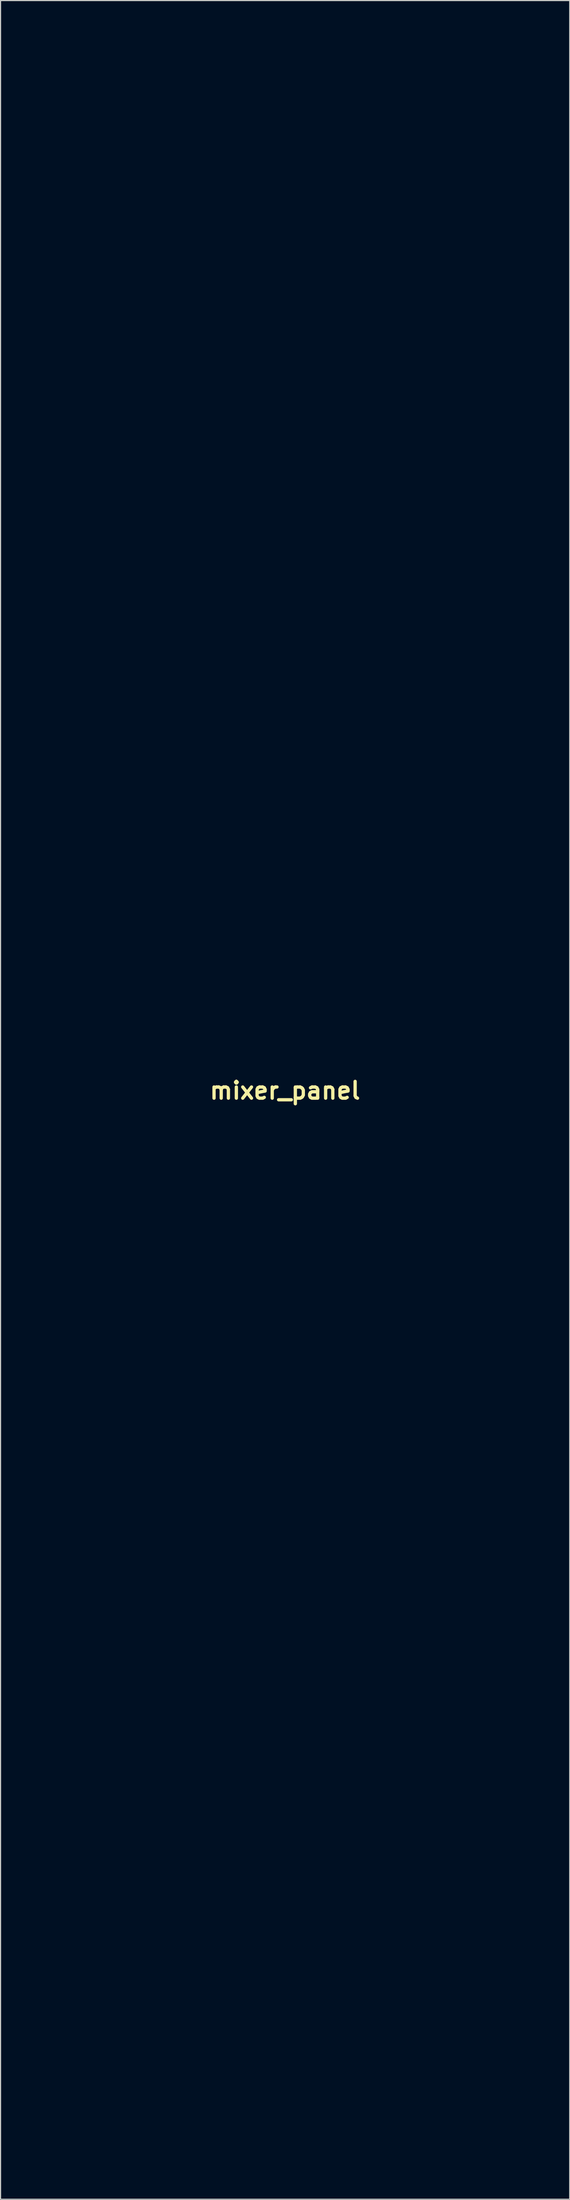
<source format=kicad_pcb>
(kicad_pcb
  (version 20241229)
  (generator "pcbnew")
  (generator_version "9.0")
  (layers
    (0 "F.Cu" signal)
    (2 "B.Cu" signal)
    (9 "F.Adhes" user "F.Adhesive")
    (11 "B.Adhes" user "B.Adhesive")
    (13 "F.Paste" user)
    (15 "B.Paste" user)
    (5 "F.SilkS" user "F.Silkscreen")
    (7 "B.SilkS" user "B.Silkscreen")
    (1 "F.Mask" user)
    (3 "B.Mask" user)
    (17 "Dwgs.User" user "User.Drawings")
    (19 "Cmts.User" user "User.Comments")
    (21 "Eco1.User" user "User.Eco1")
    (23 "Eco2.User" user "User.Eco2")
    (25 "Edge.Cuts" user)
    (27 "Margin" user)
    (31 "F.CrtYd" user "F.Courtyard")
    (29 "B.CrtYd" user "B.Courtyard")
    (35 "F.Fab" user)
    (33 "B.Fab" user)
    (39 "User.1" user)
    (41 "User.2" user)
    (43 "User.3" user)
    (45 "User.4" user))
  (footprint "mixer_panel"
    (layer "F.Cu")
    (at 22.894 96.106)
    (property "Reference" "mixer_panel" (at 0 0 0) (layer "F.SilkS") (effects (font (size 1.524 1.524) (thickness 0.3))))
    (attr board_only exclude_from_pos_files exclude_from_bom)
    (fp_poly (pts (xy 4.556 97.35) (xy 3.976 97.35) (xy 3.957 96.898) (xy 3.953 96.781) (xy 3.951 96.633) (xy 3.95 96.461) (xy 3.95 96.272) (xy 3.951 96.072) (xy 3.953 95.868) (xy 3.956 95.666) (xy 3.959 95.474) (xy 3.964 95.297) (xy 3.968 95.143) (xy 3.973 95.018) (xy 3.979 94.928) (xy 3.984 94.881) (xy 3.986 94.876) (xy 4.015 94.868) (xy 4.084 94.861) (xy 4.182 94.857) (xy 4.277 94.856) (xy 4.556 94.856)) (stroke (width 0) (type solid)) (fill yes) (layer "F.Mask"))
    (fp_poly (pts (xy 6.948 95.435) (xy 6.869 95.45) (xy 6.809 95.457) (xy 6.715 95.463) (xy 6.599 95.466) (xy 6.525 95.466) (xy 6.261 95.466) (xy 6.257 95.778) (xy 6.256 95.896) (xy 6.253 96.053) (xy 6.249 96.236) (xy 6.245 96.433) (xy 6.24 96.632) (xy 6.238 96.713) (xy 6.223 97.337) (xy 5.938 97.344) (xy 5.819 97.345) (xy 5.722 97.342) (xy 5.659 97.335) (xy 5.639 97.327) (xy 5.635 97.297) (xy 5.631 97.222) (xy 5.626 97.107) (xy 5.621 96.96) (xy 5.616 96.785) (xy 5.611 96.589) (xy 5.608 96.397) (xy 5.602 96.128) (xy 5.596 95.907) (xy 5.589 95.735) (xy 5.582 95.61) (xy 5.575 95.53) (xy 5.566 95.493) (xy 5.563 95.49) (xy 5.347 95.477) (xy 5.174 95.462) (xy 5.046 95.446) (xy 4.965 95.428) (xy 4.935 95.412) (xy 4.926 95.373) (xy 4.918 95.296) (xy 4.913 95.193) (xy 4.912 95.116) (xy 4.912 94.856) (xy 6.948 94.856)) (stroke (width 0) (type solid)) (fill yes) (layer "F.Mask"))
    (fp_poly (pts (xy -14.65 -88.553) (xy -14.558 -88.518) (xy -14.479 -88.46) (xy -14.434 -88.399) (xy -14.428 -88.368) (xy -14.422 -88.308) (xy -14.418 -88.216) (xy -14.414 -88.089) (xy -14.412 -87.926) (xy -14.41 -87.722) (xy -14.409 -87.477) (xy -14.409 -87.188) (xy -14.41 -86.851) (xy -14.411 -86.603) (xy -14.418 -84.88) (xy -14.484 -84.814) (xy -14.578 -84.753) (xy -14.687 -84.733) (xy -14.795 -84.756) (xy -14.828 -84.773) (xy -14.891 -84.831) (xy -14.935 -84.902) (xy -14.936 -84.906) (xy -14.944 -84.948) (xy -14.95 -85.031) (xy -14.955 -85.156) (xy -14.959 -85.325) (xy -14.962 -85.54) (xy -14.964 -85.801) (xy -14.965 -86.11) (xy -14.965 -86.3) (xy -14.965 -87.613) (xy -15.086 -87.496) (xy -15.159 -87.43) (xy -15.226 -87.375) (xy -15.267 -87.348) (xy -15.36 -87.326) (xy -15.453 -87.346) (xy -15.535 -87.4) (xy -15.596 -87.482) (xy -15.626 -87.583) (xy -15.627 -87.609) (xy -15.625 -87.643) (xy -15.618 -87.676) (xy -15.601 -87.712) (xy -15.57 -87.756) (xy -15.52 -87.814) (xy -15.447 -87.892) (xy -15.346 -87.995) (xy -15.215 -88.127) (xy -15.057 -88.284) (xy -14.928 -88.406) (xy -14.829 -88.493) (xy -14.761 -88.544) (xy -14.734 -88.557)) (stroke (width 0) (type solid)) (fill yes) (layer "F.Mask"))
    (fp_poly (pts (xy -3.343 -96.102) (xy -3.217 -96.1) (xy -3.126 -96.097) (xy -3.064 -96.09) (xy -3.021 -96.08) (xy -2.992 -96.067) (xy -2.974 -96.054) (xy -2.914 -96.005) (xy -2.914 -93.639) (xy -2.914 -93.238) (xy -2.914 -92.886) (xy -2.915 -92.577) (xy -2.915 -92.311) (xy -2.916 -92.083) (xy -2.917 -91.89) (xy -2.919 -91.73) (xy -2.921 -91.598) (xy -2.923 -91.493) (xy -2.926 -91.41) (xy -2.93 -91.347) (xy -2.935 -91.301) (xy -2.94 -91.268) (xy -2.946 -91.246) (xy -2.953 -91.231) (xy -2.961 -91.22) (xy -2.963 -91.219) (xy -2.982 -91.2) (xy -3.006 -91.187) (xy -3.042 -91.177) (xy -3.098 -91.171) (xy -3.181 -91.167) (xy -3.298 -91.166) (xy -3.456 -91.165) (xy -3.514 -91.165) (xy -4.018 -91.165) (xy -4.071 -91.233) (xy -4.08 -91.245) (xy -4.088 -91.258) (xy -4.095 -91.277) (xy -4.1 -91.303) (xy -4.105 -91.341) (xy -4.11 -91.393) (xy -4.113 -91.462) (xy -4.116 -91.552) (xy -4.118 -91.666) (xy -4.119 -91.806) (xy -4.12 -91.976) (xy -4.12 -92.18) (xy -4.12 -92.42) (xy -4.12 -92.699) (xy -4.119 -93.021) (xy -4.118 -93.388) (xy -4.117 -93.653) (xy -4.11 -96.005) (xy -4.05 -96.054) (xy -4.025 -96.071) (xy -3.992 -96.084) (xy -3.945 -96.093) (xy -3.875 -96.098) (xy -3.775 -96.101) (xy -3.637 -96.102) (xy -3.512 -96.103)) (stroke (width 0) (type solid)) (fill yes) (layer "F.Mask"))
    (fp_poly (pts (xy 0.673 91.677) (xy 0.86 91.679) (xy 1.03 91.684) (xy 1.176 91.69) (xy 1.292 91.698) (xy 1.369 91.707) (xy 1.402 91.717) (xy 1.428 91.771) (xy 1.444 91.864) (xy 1.447 91.984) (xy 1.439 92.118) (xy 1.421 92.285) (xy 1.277 92.286) (xy 1.177 92.289) (xy 1.065 92.298) (xy 0.956 92.31) (xy 0.861 92.324) (xy 0.794 92.338) (xy 0.768 92.348) (xy 0.763 92.377) (xy 0.759 92.451) (xy 0.754 92.563) (xy 0.749 92.709) (xy 0.744 92.882) (xy 0.74 93.077) (xy 0.736 93.258) (xy 0.732 93.495) (xy 0.729 93.687) (xy 0.725 93.838) (xy 0.721 93.953) (xy 0.716 94.038) (xy 0.71 94.098) (xy 0.702 94.138) (xy 0.693 94.163) (xy 0.681 94.178) (xy 0.674 94.184) (xy 0.621 94.204) (xy 0.523 94.216) (xy 0.38 94.219) (xy 0.134 94.219) (xy 0.118 94.086) (xy 0.114 94.025) (xy 0.11 93.921) (xy 0.107 93.783) (xy 0.104 93.619) (xy 0.102 93.436) (xy 0.102 93.243) (xy 0.102 93.239) (xy 0.101 93.049) (xy 0.099 92.871) (xy 0.097 92.713) (xy 0.094 92.583) (xy 0.09 92.488) (xy 0.086 92.435) (xy 0.086 92.434) (xy 0.078 92.395) (xy 0.065 92.367) (xy 0.04 92.347) (xy -0.006 92.332) (xy -0.08 92.32) (xy -0.188 92.309) (xy -0.339 92.298) (xy -0.363 92.296) (xy -0.585 92.279) (xy -0.585 91.705) (xy -0.112 91.686) (xy 0.076 91.681) (xy 0.274 91.677) (xy 0.475 91.676)) (stroke (width 0) (type solid)) (fill yes) (layer "F.Mask"))
    (fp_poly (pts (xy -1.746 94.793) (xy -1.6 94.807) (xy -1.479 94.831) (xy -1.459 94.838) (xy -1.329 94.902) (xy -1.202 94.996) (xy -1.097 95.107) (xy -1.04 95.193) (xy -1.003 95.3) (xy -0.974 95.457) (xy -0.955 95.664) (xy -0.945 95.92) (xy -0.945 96.224) (xy -0.946 96.319) (xy -0.95 96.494) (xy -0.954 96.627) (xy -0.959 96.726) (xy -0.967 96.799) (xy -0.978 96.855) (xy -0.993 96.901) (xy -1.014 96.947) (xy -1.018 96.955) (xy -1.081 97.063) (xy -1.163 97.169) (xy -1.252 97.26) (xy -1.336 97.325) (xy -1.383 97.347) (xy -1.436 97.357) (xy -1.529 97.367) (xy -1.651 97.377) (xy -1.79 97.386) (xy -1.859 97.389) (xy -2.255 97.406) (xy -2.416 97.283) (xy -2.566 97.144) (xy -2.656 97.019) (xy -2.735 96.88) (xy -2.741 96.665) (xy -2.112 96.665) (xy -2.05 96.727) (xy -1.994 96.769) (xy -1.924 96.787) (xy -1.865 96.79) (xy -1.776 96.781) (xy -1.703 96.76) (xy -1.686 96.751) (xy -1.645 96.708) (xy -1.614 96.642) (xy -1.591 96.547) (xy -1.577 96.416) (xy -1.57 96.245) (xy -1.569 96.103) (xy -1.571 95.893) (xy -1.58 95.73) (xy -1.597 95.606) (xy -1.626 95.519) (xy -1.668 95.462) (xy -1.725 95.43) (xy -1.8 95.419) (xy -1.866 95.421) (xy -1.94 95.427) (xy -1.998 95.438) (xy -2.041 95.46) (xy -2.072 95.497) (xy -2.092 95.557) (xy -2.104 95.646) (xy -2.11 95.768) (xy -2.112 95.93) (xy -2.112 96.107) (xy -2.112 96.665) (xy -2.741 96.665) (xy -2.749 96.383) (xy -2.755 96.078) (xy -2.754 95.821) (xy -2.746 95.609) (xy -2.731 95.438) (xy -2.708 95.307) (xy -2.678 95.212) (xy -2.673 95.2) (xy -2.59 95.076) (xy -2.47 94.961) (xy -2.329 94.868) (xy -2.291 94.849) (xy -2.191 94.819) (xy -2.057 94.8) (xy -1.904 94.791)) (stroke (width 0) (type solid)) (fill yes) (layer "F.Mask"))
    (fp_poly (pts (xy -14.93 -63.485) (xy -14.869 -63.474) (xy -14.667 -63.403) (xy -14.485 -63.293) (xy -14.332 -63.15) (xy -14.217 -62.982) (xy -14.213 -62.974) (xy -14.18 -62.904) (xy -14.158 -62.843) (xy -14.145 -62.778) (xy -14.14 -62.692) (xy -14.138 -62.574) (xy -14.138 -62.546) (xy -14.138 -62.266) (xy -14.282 -61.986) (xy -14.331 -61.891) (xy -14.399 -61.761) (xy -14.483 -61.602) (xy -14.577 -61.423) (xy -14.677 -61.233) (xy -14.779 -61.04) (xy -14.81 -60.98) (xy -15.195 -60.255) (xy -14.743 -60.242) (xy -14.594 -60.237) (xy -14.46 -60.23) (xy -14.352 -60.222) (xy -14.277 -60.214) (xy -14.248 -60.208) (xy -14.182 -60.151) (xy -14.137 -60.061) (xy -14.121 -59.956) (xy -14.121 -59.954) (xy -14.133 -59.87) (xy -14.176 -59.8) (xy -14.201 -59.773) (xy -14.279 -59.695) (xy -14.985 -59.689) (xy -15.204 -59.688) (xy -15.379 -59.688) (xy -15.514 -59.69) (xy -15.615 -59.694) (xy -15.688 -59.7) (xy -15.739 -59.709) (xy -15.773 -59.72) (xy -15.857 -59.782) (xy -15.911 -59.873) (xy -15.925 -59.977) (xy -15.918 -60.021) (xy -15.901 -60.06) (xy -15.864 -60.139) (xy -15.807 -60.254) (xy -15.733 -60.4) (xy -15.644 -60.572) (xy -15.544 -60.766) (xy -15.434 -60.977) (xy -15.316 -61.2) (xy -15.287 -61.256) (xy -15.138 -61.54) (xy -15.007 -61.792) (xy -14.897 -62.009) (xy -14.806 -62.19) (xy -14.738 -62.333) (xy -14.692 -62.436) (xy -14.669 -62.496) (xy -14.667 -62.506) (xy -14.674 -62.629) (xy -14.723 -62.748) (xy -14.806 -62.846) (xy -14.86 -62.884) (xy -14.995 -62.934) (xy -15.131 -62.935) (xy -15.258 -62.89) (xy -15.37 -62.8) (xy -15.402 -62.761) (xy -15.493 -62.669) (xy -15.594 -62.619) (xy -15.697 -62.612) (xy -15.793 -62.65) (xy -15.831 -62.682) (xy -15.903 -62.776) (xy -15.929 -62.873) (xy -15.909 -62.977) (xy -15.843 -63.096) (xy -15.831 -63.113) (xy -15.694 -63.261) (xy -15.525 -63.376) (xy -15.335 -63.454) (xy -15.133 -63.492)) (stroke (width 0) (type solid)) (fill yes) (layer "F.Mask"))
    (fp_poly (pts (xy 0.146 94.86) (xy 0.356 94.863) (xy 0.522 94.866) (xy 0.651 94.872) (xy 0.751 94.881) (xy 0.827 94.895) (xy 0.888 94.915) (xy 0.94 94.943) (xy 0.989 94.98) (xy 1.045 95.027) (xy 1.057 95.038) (xy 1.141 95.125) (xy 1.202 95.222) (xy 1.242 95.34) (xy 1.266 95.487) (xy 1.275 95.671) (xy 1.276 95.745) (xy 1.269 95.918) (xy 1.245 96.058) (xy 1.201 96.178) (xy 1.133 96.295) (xy 1.107 96.332) (xy 1.017 96.454) (xy 1.208 96.825) (xy 1.273 96.952) (xy 1.328 97.067) (xy 1.37 97.16) (xy 1.395 97.222) (xy 1.4 97.242) (xy 1.393 97.286) (xy 1.367 97.317) (xy 1.315 97.336) (xy 1.229 97.346) (xy 1.102 97.35) (xy 1.064 97.35) (xy 0.789 97.35) (xy 0.647 97.066) (xy 0.566 96.906) (xy 0.503 96.786) (xy 0.453 96.7) (xy 0.413 96.643) (xy 0.377 96.609) (xy 0.341 96.592) (xy 0.301 96.587) (xy 0.283 96.586) (xy 0.21 96.595) (xy 0.159 96.618) (xy 0.154 96.623) (xy 0.14 96.665) (xy 0.127 96.751) (xy 0.116 96.875) (xy 0.109 97.005) (xy 0.094 97.35) (xy -0.19 97.35) (xy -0.306 97.348) (xy -0.402 97.344) (xy -0.468 97.339) (xy -0.492 97.333) (xy -0.495 97.305) (xy -0.499 97.231) (xy -0.501 97.116) (xy -0.504 96.965) (xy -0.506 96.783) (xy -0.508 96.575) (xy -0.509 96.346) (xy -0.509 96.102) (xy -0.509 96.084) (xy -0.509 95.726) (xy 0.128 95.726) (xy 0.132 95.829) (xy 0.15 95.895) (xy 0.191 95.931) (xy 0.264 95.945) (xy 0.379 95.944) (xy 0.388 95.943) (xy 0.502 95.933) (xy 0.575 95.911) (xy 0.604 95.891) (xy 0.631 95.838) (xy 0.646 95.756) (xy 0.65 95.663) (xy 0.642 95.577) (xy 0.621 95.519) (xy 0.616 95.512) (xy 0.571 95.493) (xy 0.494 95.481) (xy 0.4 95.477) (xy 0.303 95.48) (xy 0.219 95.49) (xy 0.164 95.507) (xy 0.152 95.517) (xy 0.14 95.561) (xy 0.131 95.639) (xy 0.128 95.726) (xy -0.509 95.726) (xy -0.509 94.852)) (stroke (width 0) (type solid)) (fill yes) (layer "F.Mask"))
    (fp_poly (pts (xy 11.976 91.678) (xy 12.138 91.68) (xy 12.276 91.685) (xy 12.378 91.691) (xy 12.419 91.695) (xy 12.491 91.71) (xy 12.528 91.734) (xy 12.549 91.782) (xy 12.556 91.809) (xy 12.565 91.884) (xy 12.567 91.987) (xy 12.561 92.093) (xy 12.544 92.279) (xy 12.17 92.295) (xy 11.968 92.305) (xy 11.811 92.313) (xy 11.693 92.322) (xy 11.608 92.332) (xy 11.55 92.344) (xy 11.513 92.359) (xy 11.49 92.378) (xy 11.477 92.402) (xy 11.477 92.404) (xy 11.462 92.495) (xy 11.491 92.567) (xy 11.561 92.613) (xy 11.564 92.613) (xy 11.622 92.626) (xy 11.717 92.638) (xy 11.833 92.65) (xy 11.924 92.656) (xy 12.042 92.666) (xy 12.138 92.679) (xy 12.202 92.692) (xy 12.222 92.702) (xy 12.232 92.743) (xy 12.238 92.82) (xy 12.241 92.918) (xy 12.239 93.023) (xy 12.235 93.12) (xy 12.226 93.193) (xy 12.217 93.227) (xy 12.195 93.244) (xy 12.148 93.256) (xy 12.068 93.266) (xy 11.95 93.274) (xy 11.859 93.278) (xy 11.72 93.284) (xy 11.623 93.291) (xy 11.56 93.3) (xy 11.52 93.313) (xy 11.496 93.331) (xy 11.489 93.34) (xy 11.456 93.42) (xy 11.463 93.503) (xy 11.477 93.53) (xy 11.516 93.557) (xy 11.598 93.578) (xy 11.725 93.593) (xy 11.898 93.603) (xy 12.12 93.607) (xy 12.127 93.607) (xy 12.259 93.609) (xy 12.375 93.615) (xy 12.464 93.622) (xy 12.515 93.631) (xy 12.522 93.633) (xy 12.541 93.67) (xy 12.554 93.743) (xy 12.561 93.839) (xy 12.562 93.944) (xy 12.557 94.043) (xy 12.546 94.124) (xy 12.529 94.171) (xy 12.527 94.173) (xy 12.505 94.183) (xy 12.46 94.191) (xy 12.385 94.198) (xy 12.278 94.203) (xy 12.133 94.206) (xy 11.946 94.209) (xy 11.725 94.21) (xy 11.53 94.21) (xy 11.349 94.21) (xy 11.19 94.209) (xy 11.058 94.208) (xy 10.962 94.205) (xy 10.907 94.203) (xy 10.899 94.202) (xy 10.842 94.19) (xy 10.842 91.707) (xy 11.128 91.691) (xy 11.27 91.685) (xy 11.435 91.68) (xy 11.614 91.677) (xy 11.798 91.677)) (stroke (width 0) (type solid)) (fill yes) (layer "F.Mask"))
    (fp_poly (pts (xy 16.206 -58.137) (xy 16.25 -58.105) (xy 16.267 -58.07) (xy 16.294 -57.991) (xy 16.332 -57.874) (xy 16.377 -57.726) (xy 16.429 -57.55) (xy 16.486 -57.354) (xy 16.546 -57.143) (xy 16.608 -56.923) (xy 16.67 -56.698) (xy 16.731 -56.476) (xy 16.788 -56.261) (xy 16.841 -56.059) (xy 16.889 -55.876) (xy 16.928 -55.718) (xy 16.959 -55.589) (xy 16.978 -55.497) (xy 16.985 -55.446) (xy 16.985 -55.44) (xy 16.942 -55.366) (xy 16.864 -55.318) (xy 16.779 -55.305) (xy 16.722 -55.31) (xy 16.675 -55.329) (xy 16.635 -55.369) (xy 16.599 -55.436) (xy 16.562 -55.536) (xy 16.521 -55.676) (xy 16.493 -55.783) (xy 16.464 -55.892) (xy 16.106 -55.885) (xy 15.747 -55.877) (xy 15.681 -55.642) (xy 15.638 -55.504) (xy 15.599 -55.409) (xy 15.558 -55.349) (xy 15.509 -55.317) (xy 15.447 -55.305) (xy 15.425 -55.305) (xy 15.345 -55.315) (xy 15.29 -55.351) (xy 15.272 -55.372) (xy 15.236 -55.43) (xy 15.22 -55.477) (xy 15.22 -55.478) (xy 15.226 -55.51) (xy 15.245 -55.586) (xy 15.275 -55.701) (xy 15.315 -55.851) (xy 15.363 -56.031) (xy 15.418 -56.236) (xy 15.443 -56.328) (xy 15.881 -56.328) (xy 15.901 -56.312) (xy 15.962 -56.302) (xy 16.069 -56.298) (xy 16.11 -56.297) (xy 16.211 -56.299) (xy 16.29 -56.304) (xy 16.334 -56.312) (xy 16.339 -56.316) (xy 16.333 -56.352) (xy 16.315 -56.424) (xy 16.289 -56.524) (xy 16.257 -56.641) (xy 16.222 -56.764) (xy 16.188 -56.882) (xy 16.157 -56.987) (xy 16.132 -57.067) (xy 16.116 -57.113) (xy 16.113 -57.119) (xy 16.102 -57.101) (xy 16.08 -57.044) (xy 16.052 -56.957) (xy 16.018 -56.85) (xy 15.983 -56.732) (xy 15.95 -56.613) (xy 15.92 -56.503) (xy 15.897 -56.411) (xy 15.884 -56.348) (xy 15.881 -56.328) (xy 15.443 -56.328) (xy 15.48 -56.462) (xy 15.546 -56.703) (xy 15.567 -56.779) (xy 15.656 -57.101) (xy 15.733 -57.375) (xy 15.798 -57.602) (xy 15.853 -57.785) (xy 15.897 -57.925) (xy 15.931 -58.023) (xy 15.955 -58.081) (xy 15.966 -58.098) (xy 16.036 -58.143) (xy 16.123 -58.156)) (stroke (width 0) (type solid)) (fill yes) (layer "F.Mask"))
    (fp_poly (pts (xy 16.206 42.063) (xy 16.25 42.095) (xy 16.267 42.13) (xy 16.294 42.209) (xy 16.332 42.326) (xy 16.377 42.475) (xy 16.429 42.65) (xy 16.486 42.846) (xy 16.546 43.057) (xy 16.608 43.278) (xy 16.67 43.502) (xy 16.731 43.724) (xy 16.788 43.939) (xy 16.841 44.141) (xy 16.889 44.324) (xy 16.928 44.483) (xy 16.959 44.611) (xy 16.978 44.703) (xy 16.985 44.754) (xy 16.985 44.76) (xy 16.942 44.834) (xy 16.864 44.882) (xy 16.779 44.895) (xy 16.722 44.89) (xy 16.675 44.871) (xy 16.635 44.831) (xy 16.599 44.764) (xy 16.562 44.664) (xy 16.521 44.524) (xy 16.493 44.417) (xy 16.464 44.309) (xy 16.106 44.316) (xy 15.747 44.323) (xy 15.681 44.558) (xy 15.638 44.696) (xy 15.599 44.792) (xy 15.558 44.852) (xy 15.509 44.884) (xy 15.447 44.895) (xy 15.425 44.895) (xy 15.345 44.885) (xy 15.29 44.849) (xy 15.272 44.828) (xy 15.236 44.771) (xy 15.22 44.723) (xy 15.22 44.722) (xy 15.226 44.691) (xy 15.245 44.615) (xy 15.275 44.499) (xy 15.315 44.349) (xy 15.363 44.169) (xy 15.418 43.964) (xy 15.443 43.872) (xy 15.881 43.872) (xy 15.901 43.889) (xy 15.962 43.898) (xy 16.069 43.903) (xy 16.11 43.903) (xy 16.211 43.901) (xy 16.29 43.896) (xy 16.334 43.888) (xy 16.339 43.884) (xy 16.333 43.849) (xy 16.315 43.776) (xy 16.289 43.676) (xy 16.257 43.559) (xy 16.222 43.437) (xy 16.188 43.318) (xy 16.157 43.213) (xy 16.132 43.133) (xy 16.116 43.088) (xy 16.113 43.082) (xy 16.102 43.099) (xy 16.08 43.156) (xy 16.052 43.243) (xy 16.018 43.35) (xy 15.983 43.468) (xy 15.95 43.587) (xy 15.92 43.697) (xy 15.897 43.789) (xy 15.884 43.852) (xy 15.881 43.872) (xy 15.443 43.872) (xy 15.48 43.738) (xy 15.546 43.497) (xy 15.567 43.421) (xy 15.656 43.099) (xy 15.733 42.826) (xy 15.798 42.598) (xy 15.853 42.415) (xy 15.897 42.275) (xy 15.931 42.177) (xy 15.955 42.119) (xy 15.966 42.102) (xy 16.036 42.057) (xy 16.123 42.044)) (stroke (width 0) (type solid)) (fill yes) (layer "F.Mask"))
    (fp_poly (pts (xy 15.801 -19.825) (xy 15.914 -19.822) (xy 16.064 -19.818) (xy 16.173 -19.814) (xy 16.251 -19.807) (xy 16.31 -19.795) (xy 16.36 -19.778) (xy 16.41 -19.753) (xy 16.437 -19.738) (xy 16.593 -19.629) (xy 16.707 -19.494) (xy 16.78 -19.331) (xy 16.816 -19.136) (xy 16.818 -19.11) (xy 16.814 -18.893) (xy 16.774 -18.711) (xy 16.698 -18.561) (xy 16.694 -18.556) (xy 16.621 -18.455) (xy 16.708 -18.31) (xy 16.764 -18.205) (xy 16.799 -18.1) (xy 16.818 -17.982) (xy 16.822 -17.836) (xy 16.818 -17.719) (xy 16.8 -17.55) (xy 16.762 -17.415) (xy 16.696 -17.299) (xy 16.601 -17.19) (xy 16.519 -17.117) (xy 16.437 -17.064) (xy 16.345 -17.027) (xy 16.232 -17.003) (xy 16.088 -16.989) (xy 15.92 -16.983) (xy 15.74 -16.981) (xy 15.611 -16.985) (xy 15.532 -16.996) (xy 15.512 -17.004) (xy 15.487 -17.018) (xy 15.466 -17.034) (xy 15.448 -17.055) (xy 15.434 -17.085) (xy 15.423 -17.128) (xy 15.414 -17.19) (xy 15.408 -17.273) (xy 15.403 -17.383) (xy 15.4 -17.524) (xy 15.399 -17.699) (xy 15.398 -17.913) (xy 15.398 -18.171) (xy 15.398 -18.248) (xy 15.805 -18.248) (xy 15.805 -17.408) (xy 15.997 -17.408) (xy 16.124 -17.414) (xy 16.221 -17.431) (xy 16.261 -17.445) (xy 16.34 -17.515) (xy 16.392 -17.625) (xy 16.415 -17.773) (xy 16.416 -17.819) (xy 16.401 -17.978) (xy 16.356 -18.097) (xy 16.277 -18.18) (xy 16.161 -18.229) (xy 16.006 -18.248) (xy 15.977 -18.248) (xy 15.805 -18.248) (xy 15.398 -18.248) (xy 15.398 -18.407) (xy 15.398 -19.419) (xy 15.805 -19.419) (xy 15.805 -18.656) (xy 15.99 -18.656) (xy 16.09 -18.66) (xy 16.179 -18.672) (xy 16.235 -18.687) (xy 16.235 -18.688) (xy 16.328 -18.762) (xy 16.386 -18.873) (xy 16.409 -19.005) (xy 16.402 -19.154) (xy 16.358 -19.269) (xy 16.277 -19.351) (xy 16.156 -19.4) (xy 15.996 -19.419) (xy 15.977 -19.419) (xy 15.805 -19.419) (xy 15.398 -19.419) (xy 15.398 -19.701) (xy 15.463 -19.766) (xy 15.489 -19.791) (xy 15.515 -19.808) (xy 15.551 -19.819) (xy 15.605 -19.825) (xy 15.685 -19.826)) (stroke (width 0) (type solid)) (fill yes) (layer "F.Mask"))
    (fp_poly (pts (xy 15.896 -69.913) (xy 16.078 -69.91) (xy 16.219 -69.901) (xy 16.33 -69.881) (xy 16.421 -69.849) (xy 16.501 -69.801) (xy 16.581 -69.734) (xy 16.613 -69.703) (xy 16.72 -69.57) (xy 16.787 -69.415) (xy 16.819 -69.229) (xy 16.822 -69.13) (xy 16.811 -68.961) (xy 16.779 -68.823) (xy 16.719 -68.697) (xy 16.683 -68.641) (xy 16.615 -68.542) (xy 16.68 -68.456) (xy 16.753 -68.336) (xy 16.799 -68.199) (xy 16.82 -68.033) (xy 16.823 -67.93) (xy 16.815 -67.745) (xy 16.789 -67.597) (xy 16.741 -67.474) (xy 16.666 -67.365) (xy 16.611 -67.306) (xy 16.527 -67.228) (xy 16.444 -67.172) (xy 16.354 -67.132) (xy 16.246 -67.107) (xy 16.109 -67.094) (xy 15.935 -67.089) (xy 15.876 -67.089) (xy 15.735 -67.089) (xy 15.635 -67.091) (xy 15.568 -67.096) (xy 15.524 -67.106) (xy 15.493 -67.122) (xy 15.466 -67.145) (xy 15.46 -67.151) (xy 15.398 -67.214) (xy 15.398 -67.496) (xy 15.805 -67.496) (xy 15.99 -67.496) (xy 16.107 -67.501) (xy 16.191 -67.517) (xy 16.258 -67.547) (xy 16.258 -67.547) (xy 16.339 -67.618) (xy 16.389 -67.716) (xy 16.411 -67.849) (xy 16.411 -67.974) (xy 16.405 -68.073) (xy 16.394 -68.137) (xy 16.371 -68.183) (xy 16.332 -68.226) (xy 16.307 -68.249) (xy 16.257 -68.292) (xy 16.214 -68.318) (xy 16.161 -68.331) (xy 16.083 -68.335) (xy 16.009 -68.336) (xy 15.805 -68.336) (xy 15.805 -67.496) (xy 15.398 -67.496) (xy 15.398 -68.736) (xy 15.805 -68.736) (xy 16.008 -68.749) (xy 16.133 -68.763) (xy 16.222 -68.784) (xy 16.285 -68.817) (xy 16.286 -68.817) (xy 16.362 -68.902) (xy 16.404 -69.023) (xy 16.411 -69.178) (xy 16.41 -69.195) (xy 16.398 -69.285) (xy 16.374 -69.346) (xy 16.327 -69.401) (xy 16.306 -69.422) (xy 16.256 -69.464) (xy 16.213 -69.489) (xy 16.16 -69.502) (xy 16.081 -69.506) (xy 16.009 -69.506) (xy 15.805 -69.506) (xy 15.805 -68.736) (xy 15.398 -68.736) (xy 15.398 -69.803) (xy 15.457 -69.858) (xy 15.483 -69.88) (xy 15.513 -69.895) (xy 15.558 -69.905) (xy 15.624 -69.91) (xy 15.722 -69.913) (xy 15.86 -69.913)) (stroke (width 0) (type solid)) (fill yes) (layer "F.Mask"))
    (fp_poly (pts (xy 15.896 30.287) (xy 16.078 30.29) (xy 16.219 30.3) (xy 16.33 30.319) (xy 16.421 30.351) (xy 16.501 30.399) (xy 16.581 30.466) (xy 16.613 30.497) (xy 16.72 30.63) (xy 16.787 30.786) (xy 16.819 30.971) (xy 16.822 31.07) (xy 16.811 31.239) (xy 16.779 31.377) (xy 16.719 31.503) (xy 16.683 31.559) (xy 16.615 31.658) (xy 16.68 31.744) (xy 16.753 31.864) (xy 16.799 32.001) (xy 16.82 32.168) (xy 16.823 32.27) (xy 16.815 32.455) (xy 16.789 32.603) (xy 16.741 32.726) (xy 16.666 32.835) (xy 16.611 32.895) (xy 16.527 32.972) (xy 16.444 33.029) (xy 16.354 33.068) (xy 16.246 33.093) (xy 16.109 33.107) (xy 15.935 33.111) (xy 15.876 33.112) (xy 15.735 33.111) (xy 15.635 33.109) (xy 15.568 33.104) (xy 15.524 33.094) (xy 15.493 33.078) (xy 15.466 33.055) (xy 15.46 33.049) (xy 15.398 32.987) (xy 15.398 32.704) (xy 15.805 32.704) (xy 15.99 32.704) (xy 16.107 32.7) (xy 16.191 32.684) (xy 16.258 32.653) (xy 16.258 32.653) (xy 16.339 32.582) (xy 16.389 32.484) (xy 16.411 32.351) (xy 16.411 32.226) (xy 16.405 32.127) (xy 16.394 32.063) (xy 16.371 32.017) (xy 16.332 31.974) (xy 16.307 31.951) (xy 16.257 31.908) (xy 16.214 31.882) (xy 16.161 31.869) (xy 16.083 31.865) (xy 16.009 31.865) (xy 15.805 31.865) (xy 15.805 32.704) (xy 15.398 32.704) (xy 15.398 31.465) (xy 15.805 31.465) (xy 16.008 31.451) (xy 16.133 31.437) (xy 16.222 31.416) (xy 16.285 31.383) (xy 16.286 31.383) (xy 16.362 31.298) (xy 16.404 31.177) (xy 16.411 31.023) (xy 16.41 31.005) (xy 16.398 30.915) (xy 16.374 30.854) (xy 16.327 30.799) (xy 16.306 30.779) (xy 16.256 30.736) (xy 16.213 30.711) (xy 16.16 30.698) (xy 16.081 30.694) (xy 16.009 30.694) (xy 15.805 30.694) (xy 15.805 31.465) (xy 15.398 31.465) (xy 15.398 30.397) (xy 15.457 30.342) (xy 15.483 30.32) (xy 15.513 30.305) (xy 15.558 30.296) (xy 15.624 30.29) (xy 15.722 30.288) (xy 15.86 30.287)) (stroke (width 0) (type solid)) (fill yes) (layer "F.Mask"))
    (fp_poly (pts (xy 15.818 5.219) (xy 15.952 5.223) (xy 16.121 5.231) (xy 16.251 5.246) (xy 16.353 5.271) (xy 16.441 5.308) (xy 16.524 5.362) (xy 16.566 5.393) (xy 16.686 5.521) (xy 16.768 5.681) (xy 16.812 5.875) (xy 16.818 5.949) (xy 16.817 6.136) (xy 16.791 6.29) (xy 16.736 6.422) (xy 16.691 6.493) (xy 16.617 6.595) (xy 16.695 6.713) (xy 16.755 6.817) (xy 16.794 6.923) (xy 16.815 7.043) (xy 16.821 7.191) (xy 16.818 7.292) (xy 16.797 7.494) (xy 16.75 7.658) (xy 16.672 7.791) (xy 16.559 7.901) (xy 16.437 7.98) (xy 16.382 8.008) (xy 16.333 8.029) (xy 16.279 8.043) (xy 16.21 8.052) (xy 16.115 8.058) (xy 15.984 8.062) (xy 15.915 8.064) (xy 15.767 8.067) (xy 15.661 8.068) (xy 15.589 8.066) (xy 15.541 8.059) (xy 15.508 8.047) (xy 15.483 8.028) (xy 15.463 8.008) (xy 15.398 7.943) (xy 15.398 7.667) (xy 15.805 7.667) (xy 16.006 7.656) (xy 16.151 7.64) (xy 16.25 7.613) (xy 16.276 7.599) (xy 16.352 7.519) (xy 16.399 7.399) (xy 16.416 7.239) (xy 16.416 7.228) (xy 16.405 7.075) (xy 16.368 6.963) (xy 16.302 6.886) (xy 16.2 6.841) (xy 16.058 6.822) (xy 15.997 6.821) (xy 15.805 6.821) (xy 15.805 7.667) (xy 15.398 7.667) (xy 15.398 6.644) (xy 15.398 6.388) (xy 15.805 6.388) (xy 15.998 6.388) (xy 16.13 6.382) (xy 16.222 6.364) (xy 16.265 6.345) (xy 16.342 6.273) (xy 16.392 6.173) (xy 16.415 6.056) (xy 16.412 5.936) (xy 16.382 5.825) (xy 16.325 5.735) (xy 16.266 5.69) (xy 16.179 5.663) (xy 16.049 5.651) (xy 15.997 5.65) (xy 15.805 5.65) (xy 15.805 6.388) (xy 15.398 6.388) (xy 15.398 6.353) (xy 15.398 6.109) (xy 15.399 5.908) (xy 15.4 5.744) (xy 15.402 5.615) (xy 15.405 5.514) (xy 15.408 5.439) (xy 15.413 5.386) (xy 15.42 5.348) (xy 15.428 5.324) (xy 15.437 5.307) (xy 15.448 5.294) (xy 15.487 5.262) (xy 15.535 5.239) (xy 15.601 5.225) (xy 15.692 5.219)) (stroke (width 0) (type solid)) (fill yes) (layer "F.Mask"))
    (fp_poly (pts (xy 16.203 -83.186) (xy 16.272 -83.117) (xy 16.286 -83.082) (xy 16.312 -83.002) (xy 16.348 -82.883) (xy 16.394 -82.73) (xy 16.446 -82.547) (xy 16.506 -82.339) (xy 16.57 -82.111) (xy 16.637 -81.868) (xy 16.657 -81.795) (xy 16.734 -81.513) (xy 16.799 -81.276) (xy 16.852 -81.08) (xy 16.895 -80.92) (xy 16.927 -80.793) (xy 16.951 -80.693) (xy 16.967 -80.618) (xy 16.977 -80.562) (xy 16.98 -80.522) (xy 16.979 -80.494) (xy 16.973 -80.472) (xy 16.966 -80.455) (xy 16.917 -80.387) (xy 16.851 -80.355) (xy 16.775 -80.348) (xy 16.689 -80.372) (xy 16.619 -80.44) (xy 16.571 -80.546) (xy 16.568 -80.559) (xy 16.543 -80.65) (xy 16.514 -80.756) (xy 16.501 -80.801) (xy 16.463 -80.935) (xy 16.104 -80.928) (xy 15.745 -80.921) (xy 15.683 -80.692) (xy 15.65 -80.584) (xy 15.614 -80.489) (xy 15.581 -80.422) (xy 15.569 -80.406) (xy 15.493 -80.357) (xy 15.403 -80.35) (xy 15.316 -80.383) (xy 15.282 -80.411) (xy 15.239 -80.467) (xy 15.22 -80.518) (xy 15.22 -80.521) (xy 15.226 -80.552) (xy 15.245 -80.627) (xy 15.274 -80.739) (xy 15.312 -80.884) (xy 15.358 -81.056) (xy 15.41 -81.25) (xy 15.443 -81.372) (xy 15.881 -81.372) (xy 15.901 -81.355) (xy 15.961 -81.346) (xy 16.067 -81.341) (xy 16.11 -81.341) (xy 16.211 -81.343) (xy 16.29 -81.348) (xy 16.334 -81.356) (xy 16.339 -81.36) (xy 16.333 -81.396) (xy 16.315 -81.468) (xy 16.29 -81.568) (xy 16.258 -81.683) (xy 16.224 -81.806) (xy 16.189 -81.926) (xy 16.158 -82.033) (xy 16.132 -82.117) (xy 16.114 -82.169) (xy 16.108 -82.181) (xy 16.097 -82.158) (xy 16.076 -82.096) (xy 16.048 -82.004) (xy 16.016 -81.892) (xy 15.982 -81.771) (xy 15.949 -81.651) (xy 15.919 -81.54) (xy 15.897 -81.45) (xy 15.884 -81.389) (xy 15.881 -81.372) (xy 15.443 -81.372) (xy 15.466 -81.459) (xy 15.526 -81.678) (xy 15.587 -81.903) (xy 15.648 -82.126) (xy 15.708 -82.343) (xy 15.764 -82.549) (xy 15.817 -82.736) (xy 15.863 -82.901) (xy 15.896 -83.015) (xy 15.926 -83.102) (xy 15.963 -83.154) (xy 16.016 -83.189) (xy 16.114 -83.211)) (stroke (width 0) (type solid)) (fill yes) (layer "F.Mask"))
    (fp_poly (pts (xy 16.203 17.014) (xy 16.272 17.083) (xy 16.286 17.118) (xy 16.312 17.198) (xy 16.348 17.317) (xy 16.394 17.47) (xy 16.446 17.654) (xy 16.506 17.861) (xy 16.57 18.089) (xy 16.637 18.332) (xy 16.657 18.405) (xy 16.734 18.687) (xy 16.799 18.924) (xy 16.852 19.12) (xy 16.895 19.28) (xy 16.927 19.408) (xy 16.951 19.507) (xy 16.967 19.582) (xy 16.977 19.638) (xy 16.98 19.678) (xy 16.979 19.706) (xy 16.973 19.728) (xy 16.966 19.745) (xy 16.917 19.813) (xy 16.851 19.845) (xy 16.775 19.852) (xy 16.689 19.828) (xy 16.619 19.76) (xy 16.571 19.654) (xy 16.568 19.642) (xy 16.543 19.551) (xy 16.514 19.445) (xy 16.501 19.399) (xy 16.463 19.265) (xy 16.104 19.272) (xy 15.745 19.279) (xy 15.683 19.508) (xy 15.65 19.617) (xy 15.614 19.711) (xy 15.581 19.778) (xy 15.569 19.794) (xy 15.493 19.843) (xy 15.403 19.85) (xy 15.316 19.817) (xy 15.282 19.789) (xy 15.239 19.733) (xy 15.22 19.682) (xy 15.22 19.679) (xy 15.226 19.648) (xy 15.245 19.574) (xy 15.274 19.461) (xy 15.312 19.316) (xy 15.358 19.144) (xy 15.41 18.95) (xy 15.443 18.829) (xy 15.881 18.829) (xy 15.901 18.845) (xy 15.961 18.855) (xy 16.067 18.859) (xy 16.11 18.859) (xy 16.211 18.857) (xy 16.29 18.852) (xy 16.334 18.845) (xy 16.339 18.841) (xy 16.333 18.804) (xy 16.315 18.732) (xy 16.29 18.633) (xy 16.258 18.517) (xy 16.224 18.394) (xy 16.189 18.274) (xy 16.158 18.167) (xy 16.132 18.083) (xy 16.114 18.031) (xy 16.108 18.019) (xy 16.097 18.042) (xy 16.076 18.105) (xy 16.048 18.196) (xy 16.016 18.308) (xy 15.982 18.429) (xy 15.949 18.55) (xy 15.919 18.66) (xy 15.897 18.751) (xy 15.884 18.811) (xy 15.881 18.829) (xy 15.443 18.829) (xy 15.466 18.741) (xy 15.526 18.522) (xy 15.587 18.297) (xy 15.648 18.074) (xy 15.708 17.857) (xy 15.764 17.652) (xy 15.817 17.464) (xy 15.863 17.299) (xy 15.896 17.185) (xy 15.926 17.098) (xy 15.963 17.046) (xy 16.016 17.011) (xy 16.114 16.989)) (stroke (width 0) (type solid)) (fill yes) (layer "F.Mask"))
    (fp_poly (pts (xy 16.125 -8.06) (xy 16.13 -8.059) (xy 16.201 -8.04) (xy 16.252 -8.013) (xy 16.255 -8.01) (xy 16.269 -7.979) (xy 16.294 -7.905) (xy 16.329 -7.793) (xy 16.372 -7.648) (xy 16.422 -7.477) (xy 16.477 -7.285) (xy 16.536 -7.078) (xy 16.597 -6.861) (xy 16.659 -6.64) (xy 16.719 -6.42) (xy 16.777 -6.208) (xy 16.831 -6.008) (xy 16.879 -5.828) (xy 16.92 -5.671) (xy 16.952 -5.544) (xy 16.973 -5.452) (xy 16.982 -5.402) (xy 16.982 -5.399) (xy 16.972 -5.322) (xy 16.924 -5.26) (xy 16.916 -5.252) (xy 16.827 -5.2) (xy 16.743 -5.197) (xy 16.668 -5.24) (xy 16.604 -5.329) (xy 16.558 -5.452) (xy 16.53 -5.551) (xy 16.504 -5.643) (xy 16.488 -5.695) (xy 16.462 -5.779) (xy 16.103 -5.772) (xy 15.745 -5.765) (xy 15.675 -5.524) (xy 15.63 -5.382) (xy 15.584 -5.285) (xy 15.534 -5.226) (xy 15.474 -5.197) (xy 15.425 -5.192) (xy 15.355 -5.209) (xy 15.303 -5.242) (xy 15.256 -5.299) (xy 15.232 -5.346) (xy 15.235 -5.385) (xy 15.251 -5.47) (xy 15.282 -5.602) (xy 15.326 -5.779) (xy 15.383 -5.999) (xy 15.445 -6.229) (xy 15.881 -6.229) (xy 15.905 -6.221) (xy 15.968 -6.214) (xy 16.06 -6.211) (xy 16.113 -6.21) (xy 16.223 -6.211) (xy 16.29 -6.215) (xy 16.325 -6.224) (xy 16.335 -6.239) (xy 16.333 -6.255) (xy 16.323 -6.294) (xy 16.301 -6.373) (xy 16.272 -6.481) (xy 16.238 -6.607) (xy 16.225 -6.655) (xy 16.19 -6.783) (xy 16.158 -6.894) (xy 16.133 -6.977) (xy 16.116 -7.024) (xy 16.113 -7.03) (xy 16.102 -7.012) (xy 16.082 -6.954) (xy 16.054 -6.867) (xy 16.021 -6.759) (xy 15.986 -6.64) (xy 15.952 -6.521) (xy 15.922 -6.41) (xy 15.898 -6.317) (xy 15.884 -6.253) (xy 15.881 -6.229) (xy 15.445 -6.229) (xy 15.453 -6.26) (xy 15.535 -6.562) (xy 15.567 -6.677) (xy 15.649 -6.975) (xy 15.719 -7.228) (xy 15.779 -7.439) (xy 15.83 -7.612) (xy 15.873 -7.751) (xy 15.91 -7.859) (xy 15.942 -7.939) (xy 15.972 -7.997) (xy 16 -8.034) (xy 16.028 -8.056) (xy 16.057 -8.065) (xy 16.089 -8.065)) (stroke (width 0) (type solid)) (fill yes) (layer "F.Mask"))
    (fp_poly (pts (xy 16.15 -33.111) (xy 16.179 -33.105) (xy 16.204 -33.092) (xy 16.23 -33.066) (xy 16.256 -33.025) (xy 16.284 -32.964) (xy 16.315 -32.88) (xy 16.352 -32.768) (xy 16.396 -32.626) (xy 16.447 -32.449) (xy 16.508 -32.234) (xy 16.579 -31.976) (xy 16.645 -31.738) (xy 16.725 -31.446) (xy 16.795 -31.184) (xy 16.856 -30.954) (xy 16.906 -30.76) (xy 16.944 -30.604) (xy 16.97 -30.489) (xy 16.984 -30.417) (xy 16.985 -30.395) (xy 16.943 -30.319) (xy 16.872 -30.265) (xy 16.789 -30.244) (xy 16.761 -30.247) (xy 16.7 -30.265) (xy 16.652 -30.299) (xy 16.613 -30.356) (xy 16.576 -30.445) (xy 16.537 -30.574) (xy 16.532 -30.592) (xy 16.461 -30.846) (xy 15.756 -30.846) (xy 15.703 -30.662) (xy 15.66 -30.516) (xy 15.627 -30.412) (xy 15.6 -30.341) (xy 15.573 -30.297) (xy 15.542 -30.271) (xy 15.503 -30.256) (xy 15.454 -30.246) (xy 15.394 -30.242) (xy 15.344 -30.265) (xy 15.297 -30.307) (xy 15.249 -30.365) (xy 15.222 -30.415) (xy 15.22 -30.427) (xy 15.226 -30.46) (xy 15.245 -30.537) (xy 15.275 -30.651) (xy 15.314 -30.797) (xy 15.36 -30.969) (xy 15.412 -31.162) (xy 15.446 -31.286) (xy 15.882 -31.286) (xy 15.898 -31.269) (xy 15.95 -31.259) (xy 16.045 -31.254) (xy 16.11 -31.254) (xy 16.211 -31.256) (xy 16.289 -31.261) (xy 16.334 -31.269) (xy 16.339 -31.273) (xy 16.333 -31.303) (xy 16.315 -31.372) (xy 16.289 -31.469) (xy 16.258 -31.584) (xy 16.224 -31.706) (xy 16.191 -31.826) (xy 16.161 -31.932) (xy 16.136 -32.014) (xy 16.121 -32.063) (xy 16.119 -32.068) (xy 16.109 -32.056) (xy 16.088 -32.003) (xy 16.059 -31.921) (xy 16.026 -31.817) (xy 15.99 -31.702) (xy 15.956 -31.585) (xy 15.925 -31.474) (xy 15.9 -31.381) (xy 15.885 -31.313) (xy 15.882 -31.286) (xy 15.446 -31.286) (xy 15.469 -31.37) (xy 15.528 -31.587) (xy 15.589 -31.807) (xy 15.65 -32.025) (xy 15.708 -32.235) (xy 15.764 -32.432) (xy 15.814 -32.609) (xy 15.857 -32.761) (xy 15.893 -32.882) (xy 15.918 -32.967) (xy 15.933 -33.01) (xy 15.934 -33.013) (xy 15.995 -33.077) (xy 16.085 -33.109) (xy 16.119 -33.112)) (stroke (width 0) (type solid)) (fill yes) (layer "F.Mask"))
    (fp_poly (pts (xy -12.396 62.398) (xy -12.314 62.454) (xy -12.271 62.525) (xy -12.26 62.562) (xy -12.236 62.643) (xy -12.201 62.764) (xy -12.156 62.922) (xy -12.103 63.113) (xy -12.042 63.331) (xy -11.974 63.573) (xy -11.902 63.834) (xy -11.825 64.111) (xy -11.786 64.255) (xy -11.695 64.585) (xy -11.617 64.868) (xy -11.552 65.11) (xy -11.497 65.314) (xy -11.452 65.483) (xy -11.417 65.62) (xy -11.39 65.731) (xy -11.371 65.817) (xy -11.358 65.883) (xy -11.351 65.932) (xy -11.349 65.968) (xy -11.351 65.994) (xy -11.354 66.006) (xy -11.405 66.102) (xy -11.489 66.166) (xy -11.596 66.191) (xy -11.64 66.188) (xy -11.72 66.17) (xy -11.783 66.13) (xy -11.834 66.063) (xy -11.879 65.96) (xy -11.922 65.821) (xy -11.955 65.706) (xy -11.985 65.6) (xy -12.008 65.519) (xy -12.017 65.492) (xy -12.042 65.409) (xy -12.998 65.409) (xy -13.069 65.682) (xy -13.101 65.803) (xy -13.134 65.914) (xy -13.163 66) (xy -13.178 66.04) (xy -13.244 66.129) (xy -13.337 66.181) (xy -13.446 66.193) (xy -13.53 66.173) (xy -13.6 66.125) (xy -13.658 66.05) (xy -13.69 65.97) (xy -13.693 65.946) (xy -13.686 65.914) (xy -13.667 65.837) (xy -13.638 65.722) (xy -13.598 65.572) (xy -13.551 65.393) (xy -13.497 65.189) (xy -13.437 64.966) (xy -13.4 64.828) (xy -12.827 64.828) (xy -12.803 64.836) (xy -12.738 64.843) (xy -12.642 64.847) (xy -12.523 64.849) (xy -12.511 64.849) (xy -12.195 64.849) (xy -12.269 64.575) (xy -12.308 64.432) (xy -12.354 64.264) (xy -12.401 64.097) (xy -12.429 63.996) (xy -12.515 63.691) (xy -12.556 63.831) (xy -12.585 63.932) (xy -12.62 64.055) (xy -12.658 64.193) (xy -12.698 64.336) (xy -12.736 64.476) (xy -12.77 64.604) (xy -12.798 64.711) (xy -12.818 64.788) (xy -12.827 64.826) (xy -12.827 64.828) (xy -13.4 64.828) (xy -13.373 64.729) (xy -13.306 64.482) (xy -13.238 64.23) (xy -13.169 63.979) (xy -13.102 63.733) (xy -13.037 63.497) (xy -12.976 63.276) (xy -12.921 63.076) (xy -12.871 62.9) (xy -12.83 62.755) (xy -12.798 62.644) (xy -12.777 62.573) (xy -12.774 62.565) (xy -12.717 62.465) (xy -12.627 62.402) (xy -12.511 62.38)) (stroke (width 0) (type solid)) (fill yes) (layer "F.Mask"))
    (fp_poly (pts (xy 16.067 -44.867) (xy 16.213 -44.856) (xy 16.328 -44.834) (xy 16.423 -44.798) (xy 16.507 -44.746) (xy 16.59 -44.673) (xy 16.611 -44.653) (xy 16.714 -44.527) (xy 16.781 -44.389) (xy 16.816 -44.227) (xy 16.823 -44.083) (xy 16.815 -43.928) (xy 16.788 -43.801) (xy 16.736 -43.682) (xy 16.696 -43.614) (xy 16.619 -43.493) (xy 16.685 -43.406) (xy 16.734 -43.326) (xy 16.777 -43.23) (xy 16.787 -43.2) (xy 16.81 -43.086) (xy 16.821 -42.943) (xy 16.821 -42.791) (xy 16.81 -42.649) (xy 16.787 -42.535) (xy 16.783 -42.522) (xy 16.717 -42.39) (xy 16.616 -42.264) (xy 16.494 -42.158) (xy 16.404 -42.105) (xy 16.35 -42.082) (xy 16.297 -42.065) (xy 16.234 -42.055) (xy 16.152 -42.049) (xy 16.04 -42.046) (xy 15.892 -42.045) (xy 15.744 -42.045) (xy 15.639 -42.047) (xy 15.566 -42.052) (xy 15.519 -42.06) (xy 15.488 -42.074) (xy 15.463 -42.093) (xy 15.453 -42.104) (xy 15.441 -42.118) (xy 15.43 -42.133) (xy 15.422 -42.156) (xy 15.415 -42.188) (xy 15.41 -42.236) (xy 15.405 -42.303) (xy 15.402 -42.393) (xy 15.4 -42.511) (xy 15.399 -42.661) (xy 15.398 -42.848) (xy 15.398 -43.075) (xy 15.398 -43.292) (xy 15.805 -43.292) (xy 15.805 -42.447) (xy 16.019 -42.456) (xy 16.134 -42.463) (xy 16.212 -42.476) (xy 16.264 -42.497) (xy 16.289 -42.516) (xy 16.365 -42.617) (xy 16.407 -42.755) (xy 16.416 -42.872) (xy 16.402 -43.029) (xy 16.357 -43.146) (xy 16.278 -43.227) (xy 16.163 -43.275) (xy 16.008 -43.292) (xy 15.99 -43.292) (xy 15.805 -43.292) (xy 15.398 -43.292) (xy 15.398 -43.347) (xy 15.398 -43.464) (xy 15.398 -44.463) (xy 15.805 -44.463) (xy 15.805 -43.699) (xy 15.977 -43.699) (xy 16.127 -43.71) (xy 16.236 -43.743) (xy 16.238 -43.744) (xy 16.326 -43.814) (xy 16.385 -43.914) (xy 16.413 -44.031) (xy 16.411 -44.153) (xy 16.379 -44.269) (xy 16.315 -44.365) (xy 16.258 -44.411) (xy 16.191 -44.442) (xy 16.108 -44.458) (xy 15.99 -44.463) (xy 15.99 -44.463) (xy 15.805 -44.463) (xy 15.398 -44.463) (xy 15.398 -44.764) (xy 15.465 -44.817) (xy 15.497 -44.839) (xy 15.534 -44.853) (xy 15.588 -44.863) (xy 15.666 -44.868) (xy 15.78 -44.87) (xy 15.88 -44.87)) (stroke (width 0) (type solid)) (fill yes) (layer "F.Mask"))
    (fp_poly (pts (xy 16.067 55.333) (xy 16.213 55.344) (xy 16.328 55.366) (xy 16.423 55.402) (xy 16.507 55.454) (xy 16.59 55.527) (xy 16.611 55.547) (xy 16.714 55.673) (xy 16.781 55.811) (xy 16.816 55.973) (xy 16.823 56.117) (xy 16.815 56.273) (xy 16.788 56.399) (xy 16.736 56.518) (xy 16.696 56.586) (xy 16.619 56.707) (xy 16.685 56.794) (xy 16.734 56.874) (xy 16.777 56.97) (xy 16.787 57) (xy 16.81 57.115) (xy 16.821 57.257) (xy 16.821 57.409) (xy 16.81 57.551) (xy 16.787 57.665) (xy 16.783 57.679) (xy 16.717 57.81) (xy 16.616 57.936) (xy 16.494 58.042) (xy 16.404 58.095) (xy 16.35 58.118) (xy 16.297 58.135) (xy 16.234 58.145) (xy 16.152 58.152) (xy 16.04 58.154) (xy 15.892 58.155) (xy 15.744 58.155) (xy 15.639 58.153) (xy 15.566 58.148) (xy 15.519 58.14) (xy 15.488 58.127) (xy 15.463 58.107) (xy 15.453 58.096) (xy 15.441 58.083) (xy 15.43 58.067) (xy 15.422 58.045) (xy 15.415 58.012) (xy 15.41 57.964) (xy 15.405 57.897) (xy 15.402 57.807) (xy 15.4 57.689) (xy 15.399 57.539) (xy 15.398 57.352) (xy 15.398 57.125) (xy 15.398 56.908) (xy 15.805 56.908) (xy 15.805 57.753) (xy 16.019 57.744) (xy 16.134 57.737) (xy 16.212 57.724) (xy 16.264 57.704) (xy 16.289 57.684) (xy 16.365 57.583) (xy 16.407 57.445) (xy 16.416 57.328) (xy 16.402 57.171) (xy 16.357 57.054) (xy 16.278 56.973) (xy 16.163 56.926) (xy 16.008 56.908) (xy 15.99 56.908) (xy 15.805 56.908) (xy 15.398 56.908) (xy 15.398 56.853) (xy 15.398 56.737) (xy 15.398 55.737) (xy 15.805 55.737) (xy 15.805 56.501) (xy 15.977 56.501) (xy 16.127 56.49) (xy 16.236 56.457) (xy 16.238 56.456) (xy 16.326 56.386) (xy 16.385 56.286) (xy 16.413 56.169) (xy 16.411 56.047) (xy 16.379 55.931) (xy 16.315 55.835) (xy 16.258 55.789) (xy 16.191 55.758) (xy 16.108 55.742) (xy 15.99 55.738) (xy 15.99 55.738) (xy 15.805 55.737) (xy 15.398 55.737) (xy 15.398 55.436) (xy 15.465 55.383) (xy 15.497 55.362) (xy 15.534 55.347) (xy 15.588 55.338) (xy 15.666 55.333) (xy 15.78 55.331) (xy 15.88 55.33)) (stroke (width 0) (type solid)) (fill yes) (layer "F.Mask"))
    (fp_poly (pts (xy -14.306 11.722) (xy -14.236 11.811) (xy -14.207 11.918) (xy -14.223 12.028) (xy -14.227 12.037) (xy -14.25 12.087) (xy -14.279 12.124) (xy -14.319 12.152) (xy -14.378 12.17) (xy -14.463 12.182) (xy -14.581 12.188) (xy -14.737 12.191) (xy -14.875 12.191) (xy -15.372 12.191) (xy -15.372 12.979) (xy -15.29 12.96) (xy -15.221 12.951) (xy -15.124 12.946) (xy -15.029 12.945) (xy -14.815 12.972) (xy -14.621 13.044) (xy -14.453 13.156) (xy -14.313 13.305) (xy -14.206 13.488) (xy -14.136 13.699) (xy -14.123 13.771) (xy -14.11 13.89) (xy -14.104 14.038) (xy -14.104 14.201) (xy -14.108 14.369) (xy -14.118 14.528) (xy -14.133 14.667) (xy -14.151 14.773) (xy -14.162 14.812) (xy -14.251 14.995) (xy -14.377 15.157) (xy -14.531 15.291) (xy -14.703 15.386) (xy -14.774 15.412) (xy -14.916 15.439) (xy -15.08 15.447) (xy -15.243 15.436) (xy -15.385 15.406) (xy -15.414 15.396) (xy -15.532 15.335) (xy -15.65 15.25) (xy -15.757 15.148) (xy -15.845 15.04) (xy -15.907 14.935) (xy -15.932 14.842) (xy -15.932 14.834) (xy -15.913 14.763) (xy -15.863 14.684) (xy -15.856 14.676) (xy -15.763 14.601) (xy -15.663 14.575) (xy -15.561 14.597) (xy -15.459 14.668) (xy -15.402 14.731) (xy -15.296 14.83) (xy -15.176 14.889) (xy -15.052 14.906) (xy -14.93 14.885) (xy -14.822 14.825) (xy -14.736 14.727) (xy -14.698 14.652) (xy -14.681 14.598) (xy -14.67 14.533) (xy -14.664 14.448) (xy -14.662 14.333) (xy -14.664 14.18) (xy -14.664 14.144) (xy -14.668 13.99) (xy -14.673 13.879) (xy -14.68 13.801) (xy -14.69 13.747) (xy -14.705 13.708) (xy -14.725 13.676) (xy -14.726 13.675) (xy -14.83 13.569) (xy -14.952 13.506) (xy -15.059 13.489) (xy -15.177 13.503) (xy -15.279 13.551) (xy -15.376 13.639) (xy -15.411 13.679) (xy -15.508 13.771) (xy -15.608 13.814) (xy -15.714 13.807) (xy -15.769 13.786) (xy -15.81 13.765) (xy -15.844 13.742) (xy -15.871 13.712) (xy -15.892 13.67) (xy -15.908 13.612) (xy -15.918 13.531) (xy -15.925 13.423) (xy -15.929 13.283) (xy -15.929 13.106) (xy -15.928 12.887) (xy -15.927 12.697) (xy -15.92 11.805) (xy -15.753 11.657) (xy -14.384 11.657)) (stroke (width 0) (type solid)) (fill yes) (layer "F.Mask"))
    (fp_poly (pts (xy 2.39 94.86) (xy 2.607 94.864) (xy 2.781 94.869) (xy 2.918 94.878) (xy 3.025 94.891) (xy 3.108 94.911) (xy 3.176 94.939) (xy 3.235 94.976) (xy 3.291 95.024) (xy 3.332 95.062) (xy 3.411 95.152) (xy 3.466 95.246) (xy 3.501 95.355) (xy 3.519 95.491) (xy 3.524 95.666) (xy 3.524 95.67) (xy 3.523 95.8) (xy 3.519 95.893) (xy 3.509 95.961) (xy 3.492 96.018) (xy 3.464 96.077) (xy 3.456 96.093) (xy 3.418 96.167) (xy 3.403 96.211) (xy 3.408 96.239) (xy 3.433 96.265) (xy 3.436 96.268) (xy 3.514 96.368) (xy 3.574 96.5) (xy 3.608 96.648) (xy 3.613 96.738) (xy 3.591 96.913) (xy 3.529 97.068) (xy 3.431 97.196) (xy 3.302 97.288) (xy 3.27 97.302) (xy 3.227 97.311) (xy 3.142 97.319) (xy 3.025 97.327) (xy 2.884 97.333) (xy 2.725 97.339) (xy 2.556 97.343) (xy 2.387 97.347) (xy 2.223 97.348) (xy 2.074 97.349) (xy 1.947 97.347) (xy 1.85 97.344) (xy 1.79 97.338) (xy 1.775 97.333) (xy 1.761 97.284) (xy 1.75 97.189) (xy 1.743 97.047) (xy 1.738 96.857) (xy 1.737 96.619) (xy 1.737 96.596) (xy 2.372 96.596) (xy 2.373 96.719) (xy 2.4 96.8) (xy 2.45 96.842) (xy 2.51 96.853) (xy 2.6 96.855) (xy 2.702 96.849) (xy 2.798 96.836) (xy 2.868 96.818) (xy 2.88 96.813) (xy 2.918 96.765) (xy 2.932 96.679) (xy 2.928 96.612) (xy 2.907 96.567) (xy 2.871 96.528) (xy 2.834 96.505) (xy 2.784 96.492) (xy 2.708 96.488) (xy 2.598 96.49) (xy 2.38 96.497) (xy 2.372 96.596) (xy 1.737 96.596) (xy 1.738 96.332) (xy 1.743 95.994) (xy 1.745 95.882) (xy 1.748 95.671) (xy 2.367 95.671) (xy 2.373 95.796) (xy 2.397 95.879) (xy 2.447 95.926) (xy 2.529 95.946) (xy 2.652 95.945) (xy 2.756 95.936) (xy 2.821 95.92) (xy 2.859 95.895) (xy 2.866 95.887) (xy 2.889 95.827) (xy 2.899 95.74) (xy 2.898 95.646) (xy 2.885 95.567) (xy 2.87 95.535) (xy 2.819 95.502) (xy 2.733 95.48) (xy 2.625 95.469) (xy 2.511 95.474) (xy 2.483 95.477) (xy 2.367 95.495) (xy 2.367 95.671) (xy 1.748 95.671) (xy 1.763 94.852)) (stroke (width 0) (type solid)) (fill yes) (layer "F.Mask"))
    (fp_poly (pts (xy -1.7 91.654) (xy -1.519 91.669) (xy -1.376 91.699) (xy -1.258 91.749) (xy -1.153 91.823) (xy -1.098 91.874) (xy -1.005 91.983) (xy -0.933 92.101) (xy -0.883 92.218) (xy -0.862 92.323) (xy -0.87 92.408) (xy -0.888 92.441) (xy -0.933 92.471) (xy -1.013 92.503) (xy -1.113 92.534) (xy -1.219 92.559) (xy -1.315 92.576) (xy -1.386 92.579) (xy -1.404 92.576) (xy -1.439 92.546) (xy -1.476 92.486) (xy -1.486 92.463) (xy -1.551 92.365) (xy -1.649 92.302) (xy -1.774 92.278) (xy -1.782 92.278) (xy -1.891 92.292) (xy -1.959 92.333) (xy -1.985 92.4) (xy -1.985 92.407) (xy -1.982 92.436) (xy -1.967 92.463) (xy -1.933 92.492) (xy -1.874 92.529) (xy -1.782 92.577) (xy -1.661 92.638) (xy -1.429 92.758) (xy -1.242 92.867) (xy -1.095 92.967) (xy -0.984 93.064) (xy -0.905 93.16) (xy -0.854 93.26) (xy -0.826 93.366) (xy -0.825 93.37) (xy -0.822 93.556) (xy -0.865 93.731) (xy -0.95 93.891) (xy -1.075 94.03) (xy -1.233 94.143) (xy -1.422 94.224) (xy -1.463 94.236) (xy -1.574 94.255) (xy -1.711 94.265) (xy -1.858 94.265) (xy -1.996 94.256) (xy -2.106 94.238) (xy -2.127 94.233) (xy -2.324 94.148) (xy -2.484 94.033) (xy -2.606 93.889) (xy -2.685 93.721) (xy -2.716 93.569) (xy -2.722 93.49) (xy -2.716 93.445) (xy -2.692 93.418) (xy -2.657 93.398) (xy -2.588 93.37) (xy -2.494 93.342) (xy -2.389 93.317) (xy -2.289 93.298) (xy -2.208 93.288) (xy -2.165 93.29) (xy -2.13 93.321) (xy -2.097 93.384) (xy -2.089 93.408) (xy -2.039 93.524) (xy -1.968 93.596) (xy -1.869 93.63) (xy -1.807 93.634) (xy -1.683 93.62) (xy -1.588 93.583) (xy -1.529 93.527) (xy -1.51 93.456) (xy -1.52 93.412) (xy -1.547 93.389) (xy -1.612 93.349) (xy -1.708 93.296) (xy -1.826 93.235) (xy -1.927 93.186) (xy -2.082 93.111) (xy -2.2 93.049) (xy -2.29 92.996) (xy -2.361 92.946) (xy -2.422 92.893) (xy -2.453 92.862) (xy -2.57 92.71) (xy -2.638 92.547) (xy -2.659 92.377) (xy -2.633 92.205) (xy -2.56 92.037) (xy -2.441 91.877) (xy -2.404 91.84) (xy -2.295 91.755) (xy -2.168 91.696) (xy -2.014 91.662) (xy -1.826 91.651)) (stroke (width 0) (type solid)) (fill yes) (layer "F.Mask"))
    (fp_poly (pts (xy -14.925 -13.39) (xy -14.839 -13.332) (xy -14.776 -13.249) (xy -14.747 -13.153) (xy -14.751 -13.089) (xy -14.762 -13.05) (xy -14.787 -12.968) (xy -14.824 -12.849) (xy -14.872 -12.697) (xy -14.928 -12.519) (xy -14.991 -12.319) (xy -15.06 -12.104) (xy -15.095 -11.992) (xy -15.165 -11.773) (xy -15.23 -11.569) (xy -15.288 -11.385) (xy -15.338 -11.227) (xy -15.377 -11.098) (xy -15.406 -11.005) (xy -15.421 -10.952) (xy -15.423 -10.942) (xy -15.4 -10.932) (xy -15.337 -10.924) (xy -15.245 -10.919) (xy -15.194 -10.918) (xy -14.965 -10.918) (xy -14.965 -11.186) (xy -14.96 -11.355) (xy -14.944 -11.481) (xy -14.914 -11.572) (xy -14.869 -11.637) (xy -14.835 -11.666) (xy -14.738 -11.705) (xy -14.631 -11.701) (xy -14.529 -11.656) (xy -14.501 -11.633) (xy -14.418 -11.559) (xy -14.409 -11.239) (xy -14.401 -10.918) (xy -14.29 -10.918) (xy -14.164 -10.907) (xy -14.073 -10.868) (xy -14.006 -10.798) (xy -13.998 -10.785) (xy -13.957 -10.698) (xy -13.953 -10.62) (xy -13.985 -10.528) (xy -13.985 -10.528) (xy -14.036 -10.451) (xy -14.107 -10.402) (xy -14.21 -10.373) (xy -14.268 -10.366) (xy -14.405 -10.351) (xy -14.405 -10.074) (xy -14.409 -9.914) (xy -14.423 -9.796) (xy -14.45 -9.712) (xy -14.492 -9.654) (xy -14.553 -9.614) (xy -14.572 -9.606) (xy -14.651 -9.578) (xy -14.711 -9.574) (xy -14.774 -9.594) (xy -14.826 -9.627) (xy -14.884 -9.678) (xy -14.889 -9.683) (xy -14.916 -9.716) (xy -14.935 -9.752) (xy -14.947 -9.802) (xy -14.954 -9.876) (xy -14.959 -9.985) (xy -14.961 -10.055) (xy -14.97 -10.359) (xy -15.381 -10.359) (xy -15.529 -10.36) (xy -15.666 -10.365) (xy -15.781 -10.372) (xy -15.863 -10.38) (xy -15.889 -10.386) (xy -15.983 -10.436) (xy -16.051 -10.521) (xy -16.082 -10.625) (xy -16.083 -10.651) (xy -16.075 -10.69) (xy -16.053 -10.772) (xy -16.018 -10.892) (xy -15.971 -11.047) (xy -15.915 -11.231) (xy -15.85 -11.44) (xy -15.779 -11.667) (xy -15.702 -11.91) (xy -15.669 -12.012) (xy -15.579 -12.294) (xy -15.502 -12.532) (xy -15.438 -12.73) (xy -15.385 -12.891) (xy -15.341 -13.019) (xy -15.306 -13.12) (xy -15.277 -13.195) (xy -15.253 -13.251) (xy -15.232 -13.29) (xy -15.214 -13.317) (xy -15.196 -13.336) (xy -15.177 -13.351) (xy -15.171 -13.354) (xy -15.1 -13.392) (xy -15.035 -13.412) (xy -15.024 -13.413)) (stroke (width 0) (type solid)) (fill yes) (layer "F.Mask"))
    (fp_poly (pts (xy 5.074 91.642) (xy 5.284 91.687) (xy 5.452 91.758) (xy 5.578 91.856) (xy 5.607 91.889) (xy 5.645 91.938) (xy 5.676 91.983) (xy 5.701 92.029) (xy 5.721 92.081) (xy 5.737 92.145) (xy 5.748 92.226) (xy 5.756 92.33) (xy 5.762 92.461) (xy 5.766 92.626) (xy 5.769 92.829) (xy 5.772 93.077) (xy 5.772 93.153) (xy 5.775 93.404) (xy 5.776 93.609) (xy 5.776 93.773) (xy 5.775 93.9) (xy 5.773 93.997) (xy 5.769 94.067) (xy 5.764 94.115) (xy 5.757 94.147) (xy 5.747 94.167) (xy 5.739 94.178) (xy 5.71 94.198) (xy 5.667 94.21) (xy 5.598 94.215) (xy 5.494 94.215) (xy 5.437 94.214) (xy 5.179 94.207) (xy 5.166 94) (xy 5.155 93.894) (xy 5.139 93.808) (xy 5.121 93.756) (xy 5.118 93.751) (xy 5.089 93.73) (xy 5.037 93.718) (xy 4.952 93.711) (xy 4.86 93.71) (xy 4.636 93.71) (xy 4.62 93.907) (xy 4.612 94.009) (xy 4.604 94.096) (xy 4.599 94.151) (xy 4.599 94.156) (xy 4.593 94.179) (xy 4.573 94.194) (xy 4.531 94.204) (xy 4.456 94.209) (xy 4.341 94.214) (xy 4.335 94.214) (xy 4.217 94.216) (xy 4.139 94.215) (xy 4.091 94.208) (xy 4.061 94.193) (xy 4.04 94.169) (xy 4.036 94.164) (xy 4.024 94.14) (xy 4.014 94.104) (xy 4.007 94.05) (xy 4.002 93.972) (xy 3.999 93.864) (xy 3.997 93.72) (xy 3.996 93.534) (xy 3.996 93.406) (xy 3.998 93.084) (xy 4.003 92.811) (xy 4.004 92.779) (xy 4.62 92.779) (xy 4.632 92.894) (xy 4.659 92.987) (xy 4.701 93.043) (xy 4.76 93.065) (xy 4.848 93.071) (xy 4.948 93.066) (xy 5.038 93.048) (xy 5.102 93.021) (xy 5.11 93.014) (xy 5.132 92.981) (xy 5.145 92.93) (xy 5.151 92.849) (xy 5.151 92.757) (xy 5.146 92.606) (xy 5.138 92.498) (xy 5.122 92.425) (xy 5.097 92.378) (xy 5.061 92.349) (xy 5.035 92.338) (xy 4.905 92.312) (xy 4.794 92.326) (xy 4.723 92.368) (xy 4.675 92.436) (xy 4.642 92.536) (xy 4.624 92.655) (xy 4.62 92.779) (xy 4.004 92.779) (xy 4.011 92.582) (xy 4.022 92.394) (xy 4.037 92.244) (xy 4.056 92.129) (xy 4.079 92.046) (xy 4.093 92.014) (xy 4.193 91.875) (xy 4.33 91.765) (xy 4.5 91.686) (xy 4.698 91.64) (xy 4.919 91.629)) (stroke (width 0) (type solid)) (fill yes) (layer "F.Mask"))
    (fp_poly (pts (xy 8.162 94.799) (xy 8.316 94.818) (xy 8.401 94.837) (xy 8.525 94.891) (xy 8.641 94.97) (xy 8.744 95.068) (xy 8.83 95.178) (xy 8.893 95.291) (xy 8.93 95.401) (xy 8.935 95.5) (xy 8.905 95.581) (xy 8.883 95.606) (xy 8.826 95.638) (xy 8.735 95.671) (xy 8.627 95.698) (xy 8.521 95.716) (xy 8.456 95.72) (xy 8.404 95.715) (xy 8.363 95.69) (xy 8.321 95.635) (xy 8.297 95.598) (xy 8.219 95.495) (xy 8.132 95.437) (xy 8.027 95.416) (xy 8.008 95.415) (xy 7.926 95.433) (xy 7.859 95.478) (xy 7.822 95.538) (xy 7.818 95.577) (xy 7.832 95.604) (xy 7.868 95.636) (xy 7.934 95.678) (xy 8.035 95.733) (xy 8.176 95.805) (xy 8.187 95.81) (xy 8.393 95.916) (xy 8.557 96.01) (xy 8.686 96.097) (xy 8.784 96.18) (xy 8.859 96.265) (xy 8.893 96.316) (xy 8.934 96.388) (xy 8.957 96.453) (xy 8.968 96.529) (xy 8.97 96.634) (xy 8.967 96.748) (xy 8.953 96.834) (xy 8.926 96.911) (xy 8.903 96.958) (xy 8.799 97.108) (xy 8.656 97.238) (xy 8.575 97.292) (xy 8.467 97.339) (xy 8.322 97.372) (xy 8.151 97.392) (xy 7.967 97.396) (xy 7.782 97.385) (xy 7.691 97.372) (xy 7.533 97.322) (xy 7.384 97.23) (xy 7.257 97.107) (xy 7.163 96.96) (xy 7.155 96.942) (xy 7.119 96.842) (xy 7.095 96.738) (xy 7.084 96.646) (xy 7.089 96.58) (xy 7.096 96.566) (xy 7.132 96.544) (xy 7.204 96.518) (xy 7.298 96.491) (xy 7.4 96.468) (xy 7.496 96.451) (xy 7.572 96.444) (xy 7.605 96.446) (xy 7.662 96.485) (xy 7.713 96.57) (xy 7.773 96.678) (xy 7.843 96.744) (xy 7.936 96.777) (xy 7.971 96.782) (xy 8.103 96.779) (xy 8.204 96.736) (xy 8.259 96.678) (xy 8.281 96.635) (xy 8.283 96.595) (xy 8.26 96.555) (xy 8.207 96.51) (xy 8.121 96.457) (xy 7.997 96.391) (xy 7.857 96.322) (xy 7.678 96.232) (xy 7.538 96.156) (xy 7.432 96.089) (xy 7.352 96.026) (xy 7.291 95.961) (xy 7.242 95.889) (xy 7.213 95.834) (xy 7.178 95.755) (xy 7.159 95.69) (xy 7.154 95.619) (xy 7.159 95.521) (xy 7.161 95.5) (xy 7.199 95.304) (xy 7.278 95.133) (xy 7.392 94.992) (xy 7.539 94.887) (xy 7.698 94.825) (xy 7.832 94.803) (xy 7.994 94.794)) (stroke (width 0) (type solid)) (fill yes) (layer "F.Mask"))
    (fp_poly (pts (xy 2.403 91.689) (xy 2.974 91.69) (xy 3.169 91.786) (xy 3.277 91.844) (xy 3.351 91.895) (xy 3.405 91.953) (xy 3.439 92.001) (xy 3.494 92.098) (xy 3.531 92.194) (xy 3.552 92.301) (xy 3.561 92.432) (xy 3.558 92.6) (xy 3.558 92.616) (xy 3.55 92.763) (xy 3.537 92.873) (xy 3.513 92.963) (xy 3.475 93.046) (xy 3.417 93.138) (xy 3.38 93.191) (xy 3.305 93.296) (xy 3.498 93.681) (xy 3.562 93.812) (xy 3.617 93.93) (xy 3.659 94.026) (xy 3.685 94.092) (xy 3.69 94.116) (xy 3.678 94.161) (xy 3.636 94.191) (xy 3.558 94.21) (xy 3.44 94.218) (xy 3.361 94.219) (xy 3.244 94.217) (xy 3.166 94.21) (xy 3.117 94.196) (xy 3.086 94.175) (xy 3.059 94.137) (xy 3.013 94.063) (xy 2.956 93.963) (xy 2.891 93.845) (xy 2.863 93.793) (xy 2.685 93.457) (xy 2.564 93.456) (xy 2.488 93.459) (xy 2.446 93.474) (xy 2.423 93.508) (xy 2.417 93.521) (xy 2.407 93.573) (xy 2.398 93.663) (xy 2.393 93.774) (xy 2.392 93.854) (xy 2.391 93.996) (xy 2.385 94.096) (xy 2.366 94.161) (xy 2.328 94.197) (xy 2.266 94.214) (xy 2.174 94.219) (xy 2.101 94.219) (xy 1.971 94.216) (xy 1.885 94.207) (xy 1.836 94.191) (xy 1.825 94.183) (xy 1.813 94.146) (xy 1.802 94.063) (xy 1.792 93.943) (xy 1.783 93.79) (xy 1.777 93.611) (xy 1.771 93.413) (xy 1.767 93.201) (xy 1.765 92.982) (xy 1.764 92.762) (xy 1.765 92.548) (xy 1.765 92.547) (xy 2.392 92.547) (xy 2.403 92.661) (xy 2.435 92.734) (xy 2.494 92.773) (xy 2.507 92.777) (xy 2.57 92.783) (xy 2.656 92.781) (xy 2.749 92.772) (xy 2.831 92.757) (xy 2.885 92.74) (xy 2.893 92.734) (xy 2.919 92.689) (xy 2.931 92.61) (xy 2.931 92.491) (xy 2.931 92.481) (xy 2.922 92.413) (xy 2.892 92.374) (xy 2.839 92.347) (xy 2.758 92.325) (xy 2.66 92.312) (xy 2.622 92.31) (xy 2.512 92.322) (xy 2.442 92.361) (xy 2.404 92.433) (xy 2.392 92.546) (xy 2.392 92.547) (xy 1.765 92.547) (xy 1.768 92.345) (xy 1.772 92.16) (xy 1.779 91.999) (xy 1.787 91.869) (xy 1.797 91.775) (xy 1.808 91.724) (xy 1.81 91.72) (xy 1.828 91.709) (xy 1.87 91.7) (xy 1.94 91.694) (xy 2.045 91.691) (xy 2.189 91.689) (xy 2.378 91.688)) (stroke (width 0) (type solid)) (fill yes) (layer "F.Mask"))
    (fp_poly (pts (xy 9.663 91.645) (xy 9.796 91.663) (xy 9.837 91.673) (xy 10.021 91.747) (xy 10.167 91.854) (xy 10.275 91.996) (xy 10.346 92.172) (xy 10.375 92.332) (xy 10.382 92.418) (xy 10.38 92.468) (xy 10.364 92.494) (xy 10.331 92.512) (xy 10.33 92.512) (xy 10.28 92.528) (xy 10.197 92.549) (xy 10.097 92.572) (xy 9.995 92.593) (xy 9.909 92.609) (xy 9.854 92.616) (xy 9.85 92.616) (xy 9.826 92.594) (xy 9.792 92.539) (xy 9.764 92.482) (xy 9.708 92.372) (xy 9.653 92.304) (xy 9.588 92.27) (xy 9.502 92.263) (xy 9.464 92.266) (xy 9.362 92.286) (xy 9.293 92.329) (xy 9.251 92.404) (xy 9.226 92.519) (xy 9.224 92.53) (xy 9.218 92.617) (xy 9.214 92.734) (xy 9.214 92.871) (xy 9.217 93.019) (xy 9.222 93.166) (xy 9.229 93.302) (xy 9.238 93.418) (xy 9.248 93.504) (xy 9.259 93.548) (xy 9.317 93.608) (xy 9.407 93.645) (xy 9.512 93.654) (xy 9.538 93.651) (xy 9.639 93.612) (xy 9.712 93.54) (xy 9.746 93.443) (xy 9.748 93.417) (xy 9.743 93.364) (xy 9.722 93.332) (xy 9.674 93.312) (xy 9.589 93.3) (xy 9.557 93.297) (xy 9.48 93.29) (xy 9.473 93.071) (xy 9.47 92.986) (xy 9.471 92.923) (xy 9.483 92.878) (xy 9.511 92.849) (xy 9.563 92.831) (xy 9.645 92.823) (xy 9.763 92.82) (xy 9.924 92.82) (xy 9.98 92.82) (xy 10.134 92.82) (xy 10.244 92.823) (xy 10.318 92.828) (xy 10.363 92.836) (xy 10.386 92.848) (xy 10.394 92.86) (xy 10.403 92.912) (xy 10.408 93.001) (xy 10.409 93.117) (xy 10.406 93.244) (xy 10.401 93.371) (xy 10.392 93.485) (xy 10.382 93.556) (xy 10.334 93.758) (xy 10.258 93.922) (xy 10.151 94.055) (xy 10.138 94.068) (xy 10.054 94.139) (xy 9.976 94.19) (xy 9.89 94.224) (xy 9.785 94.245) (xy 9.651 94.256) (xy 9.519 94.261) (xy 9.372 94.262) (xy 9.264 94.259) (xy 9.185 94.25) (xy 9.123 94.235) (xy 9.096 94.224) (xy 8.916 94.125) (xy 8.773 93.995) (xy 8.671 93.837) (xy 8.633 93.736) (xy 8.614 93.642) (xy 8.6 93.508) (xy 8.591 93.345) (xy 8.587 93.16) (xy 8.587 92.963) (xy 8.592 92.764) (xy 8.6 92.572) (xy 8.613 92.395) (xy 8.629 92.243) (xy 8.648 92.126) (xy 8.667 92.062) (xy 8.728 91.959) (xy 8.823 91.856) (xy 8.939 91.764) (xy 9.061 91.696) (xy 9.098 91.682) (xy 9.209 91.657) (xy 9.352 91.642) (xy 9.509 91.638)) (stroke (width 0) (type solid)) (fill yes) (layer "F.Mask"))
    (fp_poly (pts (xy 7.823 91.678) (xy 7.871 91.68) (xy 7.984 91.688) (xy 8.071 91.702) (xy 8.121 91.718) (xy 8.125 91.721) (xy 8.133 91.741) (xy 8.14 91.785) (xy 8.145 91.856) (xy 8.149 91.959) (xy 8.152 92.097) (xy 8.155 92.273) (xy 8.156 92.491) (xy 8.157 92.754) (xy 8.157 92.95) (xy 8.157 93.228) (xy 8.157 93.459) (xy 8.156 93.648) (xy 8.155 93.8) (xy 8.153 93.919) (xy 8.149 94.008) (xy 8.145 94.073) (xy 8.14 94.119) (xy 8.133 94.148) (xy 8.124 94.167) (xy 8.113 94.179) (xy 8.106 94.185) (xy 8.058 94.202) (xy 7.974 94.213) (xy 7.867 94.218) (xy 7.749 94.218) (xy 7.632 94.213) (xy 7.528 94.203) (xy 7.449 94.189) (xy 7.408 94.171) (xy 7.406 94.168) (xy 7.39 94.135) (xy 7.357 94.061) (xy 7.311 93.955) (xy 7.255 93.822) (xy 7.192 93.671) (xy 7.15 93.57) (xy 7.084 93.412) (xy 7.023 93.27) (xy 6.972 93.149) (xy 6.931 93.058) (xy 6.906 93.003) (xy 6.898 92.99) (xy 6.892 93.008) (xy 6.886 93.071) (xy 6.88 93.171) (xy 6.874 93.301) (xy 6.868 93.456) (xy 6.865 93.561) (xy 6.861 93.751) (xy 6.856 93.897) (xy 6.851 94.005) (xy 6.844 94.081) (xy 6.836 94.131) (xy 6.826 94.162) (xy 6.812 94.181) (xy 6.806 94.186) (xy 6.755 94.204) (xy 6.67 94.216) (xy 6.568 94.221) (xy 6.461 94.219) (xy 6.364 94.211) (xy 6.292 94.197) (xy 6.261 94.181) (xy 6.253 94.161) (xy 6.247 94.12) (xy 6.242 94.054) (xy 6.239 93.959) (xy 6.237 93.832) (xy 6.236 93.668) (xy 6.236 93.465) (xy 6.238 93.218) (xy 6.241 92.933) (xy 6.243 92.69) (xy 6.247 92.462) (xy 6.25 92.256) (xy 6.254 92.074) (xy 6.258 91.924) (xy 6.262 91.81) (xy 6.266 91.736) (xy 6.269 91.708) (xy 6.304 91.698) (xy 6.377 91.689) (xy 6.474 91.683) (xy 6.584 91.68) (xy 6.694 91.679) (xy 6.789 91.682) (xy 6.858 91.689) (xy 6.872 91.692) (xy 6.906 91.703) (xy 6.935 91.72) (xy 6.962 91.751) (xy 6.993 91.803) (xy 7.031 91.883) (xy 7.082 91.999) (xy 7.118 92.083) (xy 7.184 92.235) (xy 7.252 92.396) (xy 7.317 92.548) (xy 7.372 92.673) (xy 7.382 92.699) (xy 7.428 92.8) (xy 7.468 92.882) (xy 7.497 92.933) (xy 7.509 92.947) (xy 7.515 92.922) (xy 7.521 92.854) (xy 7.526 92.749) (xy 7.531 92.614) (xy 7.536 92.457) (xy 7.537 92.347) (xy 7.54 92.143) (xy 7.544 91.984) (xy 7.551 91.865) (xy 7.564 91.781) (xy 7.587 91.725) (xy 7.621 91.692) (xy 7.67 91.677) (xy 7.736 91.674)) (stroke (width 0) (type solid)) (fill yes) (layer "F.Mask"))
    (fp_poly (pts (xy -14.944 -38.442) (xy -14.854 -38.434) (xy -14.78 -38.416) (xy -14.705 -38.387) (xy -14.68 -38.375) (xy -14.529 -38.286) (xy -14.389 -38.168) (xy -14.275 -38.036) (xy -14.215 -37.938) (xy -14.153 -37.762) (xy -14.117 -37.558) (xy -14.109 -37.342) (xy -14.129 -37.13) (xy -14.167 -36.973) (xy -14.208 -36.878) (xy -14.265 -36.778) (xy -14.293 -36.737) (xy -14.341 -36.672) (xy -14.372 -36.624) (xy -14.38 -36.607) (xy -14.366 -36.578) (xy -14.331 -36.526) (xy -14.32 -36.512) (xy -14.212 -36.332) (xy -14.141 -36.122) (xy -14.108 -35.881) (xy -14.11 -35.607) (xy -14.111 -35.598) (xy -14.136 -35.398) (xy -14.183 -35.233) (xy -14.256 -35.09) (xy -14.36 -34.956) (xy -14.368 -34.947) (xy -14.519 -34.81) (xy -14.681 -34.717) (xy -14.863 -34.664) (xy -15.041 -34.646) (xy -15.179 -34.648) (xy -15.297 -34.659) (xy -15.364 -34.674) (xy -15.503 -34.733) (xy -15.63 -34.817) (xy -15.758 -34.938) (xy -15.777 -34.959) (xy -15.871 -35.077) (xy -15.92 -35.181) (xy -15.926 -35.278) (xy -15.894 -35.367) (xy -15.829 -35.446) (xy -15.739 -35.501) (xy -15.643 -35.521) (xy -15.604 -35.517) (xy -15.55 -35.491) (xy -15.479 -35.436) (xy -15.403 -35.365) (xy -15.402 -35.364) (xy -15.277 -35.254) (xy -15.154 -35.193) (xy -15.031 -35.181) (xy -14.903 -35.218) (xy -14.842 -35.251) (xy -14.762 -35.319) (xy -14.707 -35.415) (xy -14.674 -35.544) (xy -14.661 -35.715) (xy -14.66 -35.757) (xy -14.663 -35.887) (xy -14.672 -35.982) (xy -14.691 -36.056) (xy -14.711 -36.102) (xy -14.778 -36.195) (xy -14.872 -36.269) (xy -14.976 -36.312) (xy -15.028 -36.318) (xy -15.137 -36.339) (xy -15.234 -36.395) (xy -15.302 -36.474) (xy -15.307 -36.483) (xy -15.34 -36.571) (xy -15.341 -36.642) (xy -15.311 -36.721) (xy -15.308 -36.726) (xy -15.241 -36.807) (xy -15.136 -36.861) (xy -15.018 -36.886) (xy -14.889 -36.923) (xy -14.78 -37.002) (xy -14.725 -37.066) (xy -14.697 -37.115) (xy -14.679 -37.179) (xy -14.669 -37.272) (xy -14.664 -37.357) (xy -14.662 -37.472) (xy -14.667 -37.552) (xy -14.681 -37.615) (xy -14.708 -37.676) (xy -14.716 -37.69) (xy -14.801 -37.801) (xy -14.915 -37.871) (xy -15.054 -37.896) (xy -15.063 -37.896) (xy -15.139 -37.889) (xy -15.22 -37.868) (xy -15.292 -37.842) (xy -15.338 -37.813) (xy -15.347 -37.797) (xy -15.367 -37.759) (xy -15.416 -37.706) (xy -15.483 -37.65) (xy -15.551 -37.604) (xy -15.608 -37.578) (xy -15.613 -37.577) (xy -15.716 -37.581) (xy -15.81 -37.626) (xy -15.885 -37.701) (xy -15.927 -37.797) (xy -15.932 -37.845) (xy -15.91 -37.94) (xy -15.849 -38.047) (xy -15.758 -38.155) (xy -15.644 -38.257) (xy -15.515 -38.344) (xy -15.453 -38.376) (xy -15.375 -38.409) (xy -15.302 -38.43) (xy -15.219 -38.44) (xy -15.107 -38.443) (xy -15.067 -38.444)) (stroke (width 0) (type solid)) (fill yes) (layer "F.Mask"))
    (fp_poly (pts (xy 12.44 62.385) (xy 12.572 62.392) (xy 12.673 62.404) (xy 12.898 62.461) (xy 13.092 62.559) (xy 13.255 62.696) (xy 13.384 62.871) (xy 13.418 62.935) (xy 13.452 63.006) (xy 13.476 63.065) (xy 13.49 63.125) (xy 13.498 63.196) (xy 13.501 63.293) (xy 13.502 63.428) (xy 13.502 63.436) (xy 13.499 63.608) (xy 13.488 63.742) (xy 13.465 63.85) (xy 13.428 63.946) (xy 13.373 64.043) (xy 13.324 64.113) (xy 13.241 64.229) (xy 13.327 64.342) (xy 13.38 64.428) (xy 13.433 64.537) (xy 13.466 64.628) (xy 13.489 64.709) (xy 13.504 64.785) (xy 13.511 64.87) (xy 13.513 64.977) (xy 13.51 65.12) (xy 13.51 65.137) (xy 13.504 65.279) (xy 13.497 65.382) (xy 13.486 65.46) (xy 13.469 65.524) (xy 13.444 65.586) (xy 13.428 65.62) (xy 13.325 65.784) (xy 13.185 65.934) (xy 13.024 66.053) (xy 12.962 66.087) (xy 12.91 66.111) (xy 12.864 66.13) (xy 12.814 66.143) (xy 12.752 66.152) (xy 12.67 66.158) (xy 12.559 66.162) (xy 12.411 66.166) (xy 12.302 66.168) (xy 11.79 66.177) (xy 11.704 66.1) (xy 11.618 66.024) (xy 11.612 64.493) (xy 12.166 64.493) (xy 12.166 65.645) (xy 12.417 65.633) (xy 12.556 65.623) (xy 12.655 65.607) (xy 12.727 65.585) (xy 12.754 65.571) (xy 12.827 65.514) (xy 12.892 65.443) (xy 12.899 65.433) (xy 12.924 65.392) (xy 12.94 65.352) (xy 12.95 65.3) (xy 12.953 65.225) (xy 12.952 65.118) (xy 12.95 65.034) (xy 12.942 64.722) (xy 12.851 64.631) (xy 12.777 64.571) (xy 12.693 64.53) (xy 12.587 64.505) (xy 12.447 64.495) (xy 12.363 64.493) (xy 12.166 64.493) (xy 11.612 64.493) (xy 11.611 64.328) (xy 11.61 63.981) (xy 11.609 63.682) (xy 11.609 63.426) (xy 11.609 63.21) (xy 11.611 63.031) (xy 11.613 62.94) (xy 12.166 62.94) (xy 12.166 63.958) (xy 12.376 63.958) (xy 12.487 63.955) (xy 12.591 63.947) (xy 12.667 63.935) (xy 12.676 63.933) (xy 12.749 63.899) (xy 12.827 63.842) (xy 12.854 63.817) (xy 12.894 63.774) (xy 12.92 63.735) (xy 12.935 63.689) (xy 12.944 63.621) (xy 12.949 63.521) (xy 12.951 63.474) (xy 12.953 63.354) (xy 12.951 63.271) (xy 12.941 63.213) (xy 12.923 63.165) (xy 12.902 63.128) (xy 12.835 63.047) (xy 12.746 62.991) (xy 12.627 62.957) (xy 12.47 62.942) (xy 12.401 62.941) (xy 12.166 62.94) (xy 11.613 62.94) (xy 11.614 62.884) (xy 11.619 62.766) (xy 11.625 62.673) (xy 11.634 62.602) (xy 11.645 62.55) (xy 11.659 62.511) (xy 11.675 62.483) (xy 11.695 62.463) (xy 11.718 62.445) (xy 11.739 62.431) (xy 11.791 62.414) (xy 11.883 62.4) (xy 12.005 62.39) (xy 12.145 62.384) (xy 12.294 62.382)) (stroke (width 0) (type solid)) (fill yes) (layer "F.Mask"))
    (fp_poly (pts (xy -14.891 36.714) (xy -14.802 36.72) (xy -14.734 36.732) (xy -14.673 36.754) (xy -14.609 36.785) (xy -14.469 36.871) (xy -14.348 36.973) (xy -14.251 37.084) (xy -14.186 37.196) (xy -14.159 37.3) (xy -14.162 37.348) (xy -14.205 37.45) (xy -14.284 37.527) (xy -14.386 37.568) (xy -14.432 37.572) (xy -14.49 37.569) (xy -14.538 37.552) (xy -14.588 37.515) (xy -14.656 37.448) (xy -14.673 37.431) (xy -14.792 37.324) (xy -14.904 37.263) (xy -15.018 37.245) (xy -15.115 37.259) (xy -15.226 37.3) (xy -15.309 37.36) (xy -15.367 37.445) (xy -15.403 37.561) (xy -15.42 37.715) (xy -15.423 37.846) (xy -15.423 37.97) (xy -15.419 38.051) (xy -15.413 38.097) (xy -15.402 38.116) (xy -15.384 38.116) (xy -15.382 38.115) (xy -15.182 38.064) (xy -14.972 38.055) (xy -14.765 38.087) (xy -14.618 38.141) (xy -14.455 38.242) (xy -14.308 38.378) (xy -14.192 38.535) (xy -14.155 38.603) (xy -14.133 38.653) (xy -14.116 38.698) (xy -14.103 38.746) (xy -14.095 38.806) (xy -14.09 38.885) (xy -14.088 38.993) (xy -14.087 39.136) (xy -14.087 39.283) (xy -14.087 39.462) (xy -14.088 39.597) (xy -14.091 39.699) (xy -14.097 39.774) (xy -14.105 39.83) (xy -14.119 39.877) (xy -14.137 39.923) (xy -14.155 39.964) (xy -14.247 40.114) (xy -14.373 40.255) (xy -14.517 40.372) (xy -14.624 40.433) (xy -14.758 40.478) (xy -14.915 40.504) (xy -15.077 40.512) (xy -15.223 40.499) (xy -15.289 40.483) (xy -15.479 40.396) (xy -15.651 40.271) (xy -15.794 40.117) (xy -15.898 39.943) (xy -15.911 39.912) (xy -15.926 39.875) (xy -15.937 39.839) (xy -15.947 39.798) (xy -15.955 39.747) (xy -15.961 39.682) (xy -15.965 39.596) (xy -15.969 39.485) (xy -15.972 39.343) (xy -15.973 39.283) (xy -15.423 39.283) (xy -15.42 39.468) (xy -15.409 39.609) (xy -15.388 39.716) (xy -15.355 39.796) (xy -15.307 39.856) (xy -15.241 39.906) (xy -15.238 39.908) (xy -15.128 39.949) (xy -15.002 39.958) (xy -14.881 39.935) (xy -14.812 39.901) (xy -14.746 39.853) (xy -14.697 39.807) (xy -14.663 39.755) (xy -14.641 39.688) (xy -14.628 39.596) (xy -14.623 39.473) (xy -14.622 39.308) (xy -14.622 39.283) (xy -14.622 39.127) (xy -14.624 39.013) (xy -14.629 38.932) (xy -14.637 38.877) (xy -14.649 38.838) (xy -14.667 38.806) (xy -14.675 38.795) (xy -14.776 38.693) (xy -14.894 38.631) (xy -15.02 38.607) (xy -15.143 38.622) (xy -15.254 38.675) (xy -15.345 38.767) (xy -15.373 38.814) (xy -15.393 38.86) (xy -15.407 38.913) (xy -15.416 38.982) (xy -15.421 39.077) (xy -15.423 39.208) (xy -15.423 39.283) (xy -15.973 39.283) (xy -15.974 39.166) (xy -15.976 38.948) (xy -15.978 38.698) (xy -15.98 38.385) (xy -15.98 38.122) (xy -15.978 37.904) (xy -15.975 37.732) (xy -15.97 37.602) (xy -15.962 37.512) (xy -15.957 37.477) (xy -15.891 37.263) (xy -15.782 37.075) (xy -15.634 36.918) (xy -15.449 36.795) (xy -15.429 36.784) (xy -15.357 36.751) (xy -15.293 36.731) (xy -15.222 36.719) (xy -15.128 36.714) (xy -15.016 36.713)) (stroke (width 0) (type solid)) (fill yes) (layer "F.Mask"))
    (fp_poly (pts (xy 7.184 -96.097) (xy 7.449 -96.094) (xy 7.668 -96.092) (xy 7.847 -96.089) (xy 7.992 -96.085) (xy 8.107 -96.081) (xy 8.198 -96.076) (xy 8.271 -96.069) (xy 8.331 -96.061) (xy 8.384 -96.051) (xy 8.434 -96.038) (xy 8.453 -96.033) (xy 8.712 -95.943) (xy 8.931 -95.826) (xy 9.111 -95.68) (xy 9.256 -95.502) (xy 9.367 -95.288) (xy 9.446 -95.037) (xy 9.494 -94.767) (xy 9.51 -94.571) (xy 9.513 -94.354) (xy 9.503 -94.135) (xy 9.481 -93.932) (xy 9.454 -93.789) (xy 9.371 -93.537) (xy 9.248 -93.312) (xy 9.108 -93.141) (xy 9.04 -93.067) (xy 8.988 -93.005) (xy 8.961 -92.965) (xy 8.959 -92.959) (xy 8.97 -92.929) (xy 9.003 -92.861) (xy 9.054 -92.762) (xy 9.119 -92.636) (xy 9.196 -92.491) (xy 9.267 -92.359) (xy 9.388 -92.134) (xy 9.488 -91.949) (xy 9.567 -91.799) (xy 9.628 -91.681) (xy 9.674 -91.589) (xy 9.706 -91.519) (xy 9.726 -91.467) (xy 9.737 -91.428) (xy 9.741 -91.397) (xy 9.739 -91.37) (xy 9.736 -91.353) (xy 9.704 -91.276) (xy 9.654 -91.217) (xy 9.628 -91.199) (xy 9.597 -91.186) (xy 9.553 -91.176) (xy 9.489 -91.17) (xy 9.396 -91.167) (xy 9.269 -91.165) (xy 9.098 -91.165) (xy 9.097 -91.165) (xy 8.942 -91.166) (xy 8.803 -91.168) (xy 8.689 -91.171) (xy 8.607 -91.175) (xy 8.568 -91.18) (xy 8.567 -91.18) (xy 8.546 -91.206) (xy 8.505 -91.271) (xy 8.448 -91.372) (xy 8.376 -91.501) (xy 8.293 -91.654) (xy 8.203 -91.825) (xy 8.141 -91.944) (xy 8.033 -92.154) (xy 7.946 -92.322) (xy 7.875 -92.455) (xy 7.816 -92.555) (xy 7.768 -92.627) (xy 7.724 -92.675) (xy 7.683 -92.704) (xy 7.639 -92.717) (xy 7.591 -92.72) (xy 7.533 -92.716) (xy 7.477 -92.71) (xy 7.402 -92.703) (xy 7.344 -92.693) (xy 7.299 -92.675) (xy 7.265 -92.642) (xy 7.242 -92.59) (xy 7.227 -92.513) (xy 7.218 -92.405) (xy 7.212 -92.261) (xy 7.209 -92.075) (xy 7.208 -91.935) (xy 7.205 -91.735) (xy 7.203 -91.58) (xy 7.199 -91.463) (xy 7.195 -91.378) (xy 7.188 -91.318) (xy 7.18 -91.278) (xy 7.168 -91.251) (xy 7.153 -91.23) (xy 7.146 -91.223) (xy 7.126 -91.203) (xy 7.102 -91.188) (xy 7.068 -91.178) (xy 7.015 -91.171) (xy 6.937 -91.168) (xy 6.827 -91.166) (xy 6.676 -91.165) (xy 6.592 -91.165) (xy 6.42 -91.165) (xy 6.292 -91.166) (xy 6.201 -91.169) (xy 6.137 -91.175) (xy 6.096 -91.183) (xy 6.068 -91.196) (xy 6.047 -91.213) (xy 6.036 -91.224) (xy 5.981 -91.283) (xy 5.981 -94.457) (xy 7.204 -94.457) (xy 7.204 -94.33) (xy 7.209 -94.213) (xy 7.219 -94.12) (xy 7.229 -94.075) (xy 7.263 -94.011) (xy 7.298 -93.971) (xy 7.344 -93.956) (xy 7.428 -93.946) (xy 7.54 -93.94) (xy 7.668 -93.938) (xy 7.799 -93.94) (xy 7.921 -93.947) (xy 8.024 -93.957) (xy 8.095 -93.972) (xy 8.105 -93.975) (xy 8.183 -94.024) (xy 8.237 -94.098) (xy 8.269 -94.204) (xy 8.282 -94.349) (xy 8.283 -94.397) (xy 8.28 -94.55) (xy 8.263 -94.666) (xy 8.227 -94.75) (xy 8.166 -94.808) (xy 8.073 -94.845) (xy 7.943 -94.866) (xy 7.77 -94.876) (xy 7.727 -94.877) (xy 7.563 -94.879) (xy 7.442 -94.876) (xy 7.356 -94.864) (xy 7.298 -94.843) (xy 7.26 -94.809) (xy 7.235 -94.762) (xy 7.229 -94.746) (xy 7.216 -94.68) (xy 7.208 -94.578) (xy 7.204 -94.457) (xy 5.981 -94.457) (xy 5.981 -95.978) (xy 6.045 -96.042) (xy 6.109 -96.106)) (stroke (width 0) (type solid)) (fill yes) (layer "F.Mask"))
    (fp_poly (pts (xy 4.051 -96.103) (xy 4.328 -96.102) (xy 4.562 -96.102) (xy 4.756 -96.101) (xy 4.915 -96.099) (xy 5.042 -96.097) (xy 5.141 -96.094) (xy 5.217 -96.091) (xy 5.272 -96.086) (xy 5.312 -96.08) (xy 5.339 -96.073) (xy 5.358 -96.065) (xy 5.372 -96.055) (xy 5.374 -96.054) (xy 5.394 -96.036) (xy 5.409 -96.015) (xy 5.42 -95.984) (xy 5.427 -95.936) (xy 5.431 -95.862) (xy 5.433 -95.757) (xy 5.434 -95.613) (xy 5.434 -95.505) (xy 5.434 -95.004) (xy 5.291 -94.881) (xy 4.351 -94.881) (xy 4.093 -94.881) (xy 3.881 -94.881) (xy 3.711 -94.879) (xy 3.578 -94.874) (xy 3.478 -94.865) (xy 3.406 -94.85) (xy 3.358 -94.827) (xy 3.328 -94.795) (xy 3.313 -94.754) (xy 3.308 -94.701) (xy 3.308 -94.635) (xy 3.309 -94.563) (xy 3.308 -94.471) (xy 3.311 -94.398) (xy 3.323 -94.343) (xy 3.349 -94.303) (xy 3.395 -94.276) (xy 3.465 -94.259) (xy 3.566 -94.249) (xy 3.703 -94.245) (xy 3.882 -94.245) (xy 4.043 -94.245) (xy 4.24 -94.244) (xy 4.392 -94.244) (xy 4.506 -94.241) (xy 4.589 -94.238) (xy 4.647 -94.231) (xy 4.687 -94.223) (xy 4.716 -94.211) (xy 4.739 -94.195) (xy 4.743 -94.192) (xy 4.81 -94.139) (xy 4.81 -93.632) (xy 4.81 -93.458) (xy 4.809 -93.328) (xy 4.805 -93.234) (xy 4.8 -93.169) (xy 4.791 -93.127) (xy 4.779 -93.098) (xy 4.763 -93.077) (xy 4.759 -93.074) (xy 4.741 -93.058) (xy 4.717 -93.046) (xy 4.682 -93.037) (xy 4.629 -93.031) (xy 4.551 -93.027) (xy 4.442 -93.024) (xy 4.296 -93.023) (xy 4.106 -93.023) (xy 4.076 -93.023) (xy 3.879 -93.023) (xy 3.727 -93.022) (xy 3.613 -93.02) (xy 3.53 -93.016) (xy 3.472 -93.01) (xy 3.432 -93.001) (xy 3.403 -92.989) (xy 3.38 -92.973) (xy 3.376 -92.97) (xy 3.342 -92.941) (xy 3.323 -92.907) (xy 3.312 -92.856) (xy 3.309 -92.776) (xy 3.309 -92.708) (xy 3.307 -92.632) (xy 3.307 -92.569) (xy 3.312 -92.519) (xy 3.326 -92.479) (xy 3.355 -92.449) (xy 3.403 -92.428) (xy 3.475 -92.412) (xy 3.574 -92.402) (xy 3.706 -92.396) (xy 3.875 -92.393) (xy 4.086 -92.39) (xy 4.343 -92.387) (xy 4.349 -92.387) (xy 4.597 -92.383) (xy 4.798 -92.38) (xy 4.959 -92.377) (xy 5.084 -92.374) (xy 5.178 -92.37) (xy 5.247 -92.365) (xy 5.295 -92.358) (xy 5.327 -92.35) (xy 5.349 -92.339) (xy 5.366 -92.326) (xy 5.376 -92.316) (xy 5.396 -92.294) (xy 5.411 -92.269) (xy 5.421 -92.234) (xy 5.428 -92.18) (xy 5.431 -92.102) (xy 5.433 -91.99) (xy 5.434 -91.837) (xy 5.434 -91.765) (xy 5.433 -91.593) (xy 5.432 -91.465) (xy 5.428 -91.373) (xy 5.422 -91.309) (xy 5.413 -91.267) (xy 5.4 -91.238) (xy 5.385 -91.219) (xy 5.375 -91.208) (xy 5.362 -91.199) (xy 5.342 -91.191) (xy 5.313 -91.184) (xy 5.27 -91.179) (xy 5.209 -91.175) (xy 5.126 -91.171) (xy 5.018 -91.169) (xy 4.881 -91.167) (xy 4.71 -91.166) (xy 4.503 -91.166) (xy 4.255 -91.165) (xy 3.963 -91.165) (xy 3.738 -91.165) (xy 2.14 -91.165) (xy 2.088 -91.221) (xy 2.079 -91.231) (xy 2.071 -91.244) (xy 2.065 -91.262) (xy 2.059 -91.288) (xy 2.054 -91.327) (xy 2.05 -91.38) (xy 2.046 -91.452) (xy 2.043 -91.544) (xy 2.041 -91.661) (xy 2.039 -91.806) (xy 2.038 -91.981) (xy 2.037 -92.189) (xy 2.037 -92.435) (xy 2.036 -92.72) (xy 2.036 -93.049) (xy 2.036 -93.424) (xy 2.036 -93.623) (xy 2.036 -94.021) (xy 2.036 -94.371) (xy 2.036 -94.677) (xy 2.037 -94.942) (xy 2.038 -95.168) (xy 2.039 -95.359) (xy 2.04 -95.518) (xy 2.042 -95.648) (xy 2.045 -95.753) (xy 2.048 -95.835) (xy 2.052 -95.897) (xy 2.056 -95.944) (xy 2.062 -95.977) (xy 2.068 -96) (xy 2.075 -96.016) (xy 2.084 -96.029) (xy 2.089 -96.036) (xy 2.142 -96.103) (xy 3.728 -96.103)) (stroke (width 0) (type solid)) (fill yes) (layer "F.Mask"))
    (fp_poly (pts (xy 1.052 -96.101) (xy 1.208 -96.098) (xy 1.331 -96.092) (xy 1.415 -96.085) (xy 1.452 -96.076) (xy 1.477 -96.06) (xy 1.493 -96.039) (xy 1.5 -96.009) (xy 1.495 -95.967) (xy 1.477 -95.909) (xy 1.445 -95.832) (xy 1.396 -95.732) (xy 1.33 -95.605) (xy 1.244 -95.448) (xy 1.137 -95.257) (xy 1.007 -95.028) (xy 0.891 -94.824) (xy 0.769 -94.61) (xy 0.655 -94.409) (xy 0.552 -94.225) (xy 0.462 -94.063) (xy 0.387 -93.928) (xy 0.33 -93.822) (xy 0.294 -93.752) (xy 0.28 -93.722) (xy 0.28 -93.721) (xy 0.293 -93.693) (xy 0.329 -93.626) (xy 0.386 -93.523) (xy 0.462 -93.389) (xy 0.555 -93.228) (xy 0.662 -93.044) (xy 0.78 -92.841) (xy 0.908 -92.624) (xy 0.967 -92.523) (xy 1.146 -92.219) (xy 1.298 -91.958) (xy 1.423 -91.739) (xy 1.521 -91.563) (xy 1.593 -91.43) (xy 1.637 -91.339) (xy 1.654 -91.292) (xy 1.654 -91.289) (xy 1.636 -91.22) (xy 1.605 -91.191) (xy 1.56 -91.181) (xy 1.475 -91.173) (xy 1.358 -91.168) (xy 1.22 -91.165) (xy 1.069 -91.164) (xy 0.914 -91.165) (xy 0.766 -91.168) (xy 0.633 -91.173) (xy 0.525 -91.181) (xy 0.451 -91.19) (xy 0.422 -91.199) (xy 0.397 -91.229) (xy 0.351 -91.297) (xy 0.287 -91.397) (xy 0.208 -91.524) (xy 0.118 -91.671) (xy 0.021 -91.833) (xy 0.001 -91.867) (xy -0.095 -92.029) (xy -0.185 -92.176) (xy -0.264 -92.302) (xy -0.329 -92.401) (xy -0.376 -92.469) (xy -0.402 -92.5) (xy -0.405 -92.501) (xy -0.426 -92.48) (xy -0.468 -92.42) (xy -0.528 -92.327) (xy -0.602 -92.207) (xy -0.687 -92.065) (xy -0.779 -91.907) (xy -0.786 -91.894) (xy -0.881 -91.731) (xy -0.97 -91.58) (xy -1.05 -91.448) (xy -1.116 -91.341) (xy -1.165 -91.265) (xy -1.194 -91.226) (xy -1.194 -91.226) (xy -1.213 -91.207) (xy -1.235 -91.192) (xy -1.264 -91.181) (xy -1.308 -91.174) (xy -1.374 -91.169) (xy -1.468 -91.167) (xy -1.597 -91.165) (xy -1.767 -91.165) (xy -1.86 -91.165) (xy -2.468 -91.165) (xy -2.507 -91.225) (xy -2.533 -91.294) (xy -2.523 -91.347) (xy -2.506 -91.381) (xy -2.465 -91.454) (xy -2.403 -91.562) (xy -2.324 -91.7) (xy -2.228 -91.865) (xy -2.119 -92.051) (xy -2 -92.255) (xy -1.872 -92.471) (xy -1.839 -92.528) (xy -1.709 -92.747) (xy -1.587 -92.954) (xy -1.475 -93.145) (xy -1.375 -93.315) (xy -1.29 -93.461) (xy -1.222 -93.576) (xy -1.174 -93.658) (xy -1.15 -93.701) (xy -1.147 -93.706) (xy -1.142 -93.722) (xy -1.142 -93.744) (xy -1.15 -93.776) (xy -1.169 -93.821) (xy -1.199 -93.883) (xy -1.243 -93.967) (xy -1.303 -94.075) (xy -1.381 -94.211) (xy -1.479 -94.38) (xy -1.599 -94.585) (xy -1.742 -94.828) (xy -1.893 -95.087) (xy -2.021 -95.305) (xy -2.125 -95.487) (xy -2.208 -95.636) (xy -2.272 -95.756) (xy -2.318 -95.851) (xy -2.348 -95.923) (xy -2.363 -95.977) (xy -2.366 -96.016) (xy -2.357 -96.043) (xy -2.339 -96.063) (xy -2.318 -96.076) (xy -2.275 -96.085) (xy -2.188 -96.093) (xy -2.062 -96.098) (xy -1.904 -96.102) (xy -1.736 -96.103) (xy -1.556 -96.102) (xy -1.42 -96.101) (xy -1.321 -96.098) (xy -1.251 -96.092) (xy -1.203 -96.084) (xy -1.17 -96.072) (xy -1.145 -96.057) (xy -1.141 -96.054) (xy -1.111 -96.018) (xy -1.06 -95.945) (xy -0.993 -95.842) (xy -0.914 -95.715) (xy -0.828 -95.571) (xy -0.775 -95.481) (xy -0.663 -95.291) (xy -0.572 -95.143) (xy -0.503 -95.039) (xy -0.456 -94.979) (xy -0.434 -94.964) (xy -0.411 -94.987) (xy -0.366 -95.048) (xy -0.305 -95.14) (xy -0.231 -95.258) (xy -0.147 -95.395) (xy -0.098 -95.479) (xy -0.009 -95.628) (xy 0.075 -95.765) (xy 0.15 -95.882) (xy 0.212 -95.973) (xy 0.254 -96.031) (xy 0.268 -96.045) (xy 0.291 -96.064) (xy 0.318 -96.079) (xy 0.355 -96.089) (xy 0.408 -96.096) (xy 0.486 -96.1) (xy 0.595 -96.102) (xy 0.744 -96.103) (xy 0.868 -96.103)) (stroke (width 0) (type solid)) (fill yes) (layer "F.Mask"))
    (fp_poly (pts (xy -8.541 -96.103) (xy -8.359 -96.102) (xy -8.217 -96.101) (xy -8.11 -96.099) (xy -8.031 -96.095) (xy -7.976 -96.09) (xy -7.939 -96.082) (xy -7.914 -96.072) (xy -7.896 -96.059) (xy -7.882 -96.045) (xy -7.866 -96.021) (xy -7.846 -95.978) (xy -7.823 -95.912) (xy -7.795 -95.819) (xy -7.76 -95.694) (xy -7.718 -95.535) (xy -7.668 -95.336) (xy -7.608 -95.095) (xy -7.562 -94.906) (xy -7.507 -94.68) (xy -7.455 -94.469) (xy -7.408 -94.279) (xy -7.367 -94.114) (xy -7.333 -93.981) (xy -7.308 -93.883) (xy -7.293 -93.826) (xy -7.289 -93.814) (xy -7.278 -93.81) (xy -7.264 -93.823) (xy -7.248 -93.858) (xy -7.227 -93.916) (xy -7.201 -94.003) (xy -7.169 -94.121) (xy -7.129 -94.276) (xy -7.08 -94.47) (xy -7.022 -94.706) (xy -6.974 -94.904) (xy -6.918 -95.129) (xy -6.866 -95.34) (xy -6.818 -95.531) (xy -6.776 -95.697) (xy -6.741 -95.832) (xy -6.714 -95.932) (xy -6.697 -95.991) (xy -6.692 -96.004) (xy -6.648 -96.055) (xy -6.618 -96.077) (xy -6.578 -96.084) (xy -6.49 -96.091) (xy -6.358 -96.096) (xy -6.186 -96.1) (xy -5.976 -96.102) (xy -5.756 -96.103) (xy -5.531 -96.102) (xy -5.35 -96.102) (xy -5.209 -96.1) (xy -5.102 -96.098) (xy -5.024 -96.093) (xy -4.969 -96.088) (xy -4.931 -96.08) (xy -4.905 -96.069) (xy -4.886 -96.056) (xy -4.883 -96.054) (xy -4.823 -96.005) (xy -4.823 -93.639) (xy -4.823 -93.238) (xy -4.823 -92.886) (xy -4.823 -92.577) (xy -4.824 -92.311) (xy -4.825 -92.083) (xy -4.826 -91.89) (xy -4.827 -91.73) (xy -4.829 -91.598) (xy -4.832 -91.493) (xy -4.835 -91.41) (xy -4.839 -91.347) (xy -4.843 -91.301) (xy -4.849 -91.268) (xy -4.855 -91.246) (xy -4.862 -91.231) (xy -4.87 -91.22) (xy -4.871 -91.219) (xy -4.89 -91.2) (xy -4.914 -91.187) (xy -4.951 -91.177) (xy -5.007 -91.171) (xy -5.089 -91.167) (xy -5.206 -91.166) (xy -5.364 -91.165) (xy -5.425 -91.165) (xy -5.598 -91.165) (xy -5.728 -91.167) (xy -5.822 -91.17) (xy -5.886 -91.175) (xy -5.929 -91.184) (xy -5.957 -91.196) (xy -5.978 -91.213) (xy -5.981 -91.216) (xy -5.992 -91.228) (xy -6.001 -91.244) (xy -6.009 -91.267) (xy -6.015 -91.302) (xy -6.02 -91.352) (xy -6.024 -91.422) (xy -6.027 -91.515) (xy -6.029 -91.637) (xy -6.03 -91.789) (xy -6.031 -91.978) (xy -6.032 -92.207) (xy -6.032 -92.479) (xy -6.032 -92.716) (xy -6.032 -93.036) (xy -6.033 -93.308) (xy -6.034 -93.536) (xy -6.036 -93.724) (xy -6.039 -93.875) (xy -6.043 -93.992) (xy -6.049 -94.079) (xy -6.055 -94.14) (xy -6.064 -94.177) (xy -6.074 -94.195) (xy -6.086 -94.197) (xy -6.097 -94.188) (xy -6.104 -94.162) (xy -6.123 -94.091) (xy -6.151 -93.98) (xy -6.189 -93.831) (xy -6.233 -93.651) (xy -6.285 -93.443) (xy -6.342 -93.211) (xy -6.403 -92.961) (xy -6.462 -92.716) (xy -6.539 -92.403) (xy -6.605 -92.135) (xy -6.661 -91.91) (xy -6.708 -91.723) (xy -6.747 -91.572) (xy -6.78 -91.453) (xy -6.807 -91.362) (xy -6.829 -91.295) (xy -6.847 -91.25) (xy -6.862 -91.222) (xy -6.873 -91.21) (xy -6.904 -91.191) (xy -6.947 -91.178) (xy -7.012 -91.17) (xy -7.109 -91.166) (xy -7.246 -91.165) (xy -7.266 -91.165) (xy -7.408 -91.166) (xy -7.509 -91.17) (xy -7.577 -91.177) (xy -7.623 -91.189) (xy -7.655 -91.207) (xy -7.661 -91.211) (xy -7.675 -91.227) (xy -7.69 -91.257) (xy -7.709 -91.303) (xy -7.731 -91.37) (xy -7.757 -91.461) (xy -7.79 -91.579) (xy -7.829 -91.73) (xy -7.876 -91.915) (xy -7.932 -92.14) (xy -7.997 -92.406) (xy -8.069 -92.698) (xy -8.133 -92.961) (xy -8.194 -93.21) (xy -8.25 -93.439) (xy -8.301 -93.645) (xy -8.346 -93.823) (xy -8.383 -93.969) (xy -8.411 -94.078) (xy -8.429 -94.145) (xy -8.436 -94.167) (xy -8.467 -94.183) (xy -8.477 -94.18) (xy -8.482 -94.152) (xy -8.486 -94.076) (xy -8.49 -93.956) (xy -8.494 -93.794) (xy -8.496 -93.594) (xy -8.499 -93.36) (xy -8.5 -93.093) (xy -8.501 -92.798) (xy -8.501 -92.716) (xy -8.501 -92.408) (xy -8.501 -92.147) (xy -8.501 -91.928) (xy -8.502 -91.749) (xy -8.504 -91.604) (xy -8.506 -91.49) (xy -8.51 -91.403) (xy -8.514 -91.338) (xy -8.519 -91.292) (xy -8.526 -91.26) (xy -8.534 -91.239) (xy -8.543 -91.225) (xy -8.552 -91.216) (xy -8.572 -91.199) (xy -8.599 -91.186) (xy -8.638 -91.177) (xy -8.699 -91.171) (xy -8.787 -91.167) (xy -8.911 -91.166) (xy -9.077 -91.165) (xy -9.11 -91.165) (xy -9.617 -91.165) (xy -9.669 -91.232) (xy -9.678 -91.244) (xy -9.686 -91.258) (xy -9.693 -91.277) (xy -9.699 -91.305) (xy -9.704 -91.343) (xy -9.709 -91.397) (xy -9.712 -91.468) (xy -9.715 -91.559) (xy -9.717 -91.675) (xy -9.719 -91.818) (xy -9.72 -91.992) (xy -9.721 -92.199) (xy -9.722 -92.442) (xy -9.722 -92.725) (xy -9.722 -93.052) (xy -9.722 -93.424) (xy -9.722 -93.638) (xy -9.722 -95.978) (xy -9.66 -96.04) (xy -9.597 -96.103) (xy -8.768 -96.103)) (stroke (width 0) (type solid)) (fill yes) (layer "F.Mask"))
    (fp_poly (pts (xy 7.527 65.926) (xy 7.585 65.942) (xy 7.593 65.945) (xy 7.686 65.997) (xy 7.761 66.076) (xy 7.806 66.166) (xy 7.813 66.217) (xy 7.8 66.307) (xy 7.758 66.388) (xy 7.68 66.468) (xy 7.56 66.553) (xy 7.512 66.583) (xy 6.927 66.963) (xy 6.374 67.382) (xy 5.853 67.837) (xy 5.367 68.328) (xy 4.918 68.85) (xy 4.506 69.403) (xy 4.134 69.982) (xy 3.804 70.588) (xy 3.516 71.216) (xy 3.273 71.865) (xy 3.077 72.533) (xy 3.055 72.62) (xy 2.981 72.934) (xy 2.922 73.22) (xy 2.875 73.492) (xy 2.84 73.759) (xy 2.814 74.032) (xy 2.798 74.324) (xy 2.789 74.645) (xy 2.787 74.978) (xy 2.788 75.263) (xy 2.792 75.508) (xy 2.8 75.723) (xy 2.813 75.919) (xy 2.831 76.107) (xy 2.856 76.297) (xy 2.889 76.501) (xy 2.93 76.728) (xy 2.956 76.861) (xy 3.113 77.533) (xy 3.318 78.192) (xy 3.569 78.835) (xy 3.866 79.459) (xy 4.207 80.061) (xy 4.59 80.639) (xy 5.014 81.189) (xy 5.476 81.709) (xy 5.732 81.966) (xy 6.257 82.441) (xy 6.809 82.874) (xy 7.389 83.263) (xy 7.993 83.608) (xy 8.621 83.91) (xy 9.272 84.166) (xy 9.945 84.377) (xy 10.638 84.542) (xy 11.35 84.661) (xy 11.377 84.664) (xy 11.58 84.685) (xy 11.823 84.701) (xy 12.091 84.713) (xy 12.374 84.72) (xy 12.658 84.721) (xy 12.932 84.717) (xy 13.183 84.708) (xy 13.399 84.693) (xy 13.414 84.691) (xy 14.121 84.599) (xy 14.814 84.459) (xy 15.488 84.272) (xy 16.144 84.04) (xy 16.779 83.764) (xy 17.39 83.444) (xy 17.977 83.082) (xy 18.537 82.679) (xy 19.068 82.235) (xy 19.568 81.752) (xy 20.036 81.231) (xy 20.253 80.963) (xy 20.654 80.406) (xy 21.015 79.823) (xy 21.334 79.216) (xy 21.61 78.589) (xy 21.842 77.946) (xy 22.029 77.289) (xy 22.17 76.622) (xy 22.264 75.949) (xy 22.31 75.273) (xy 22.306 74.598) (xy 22.299 74.461) (xy 22.234 73.743) (xy 22.122 73.047) (xy 21.964 72.37) (xy 21.759 71.713) (xy 21.507 71.072) (xy 21.207 70.448) (xy 20.859 69.839) (xy 20.679 69.557) (xy 20.306 69.036) (xy 19.894 68.534) (xy 19.449 68.057) (xy 18.976 67.611) (xy 18.48 67.201) (xy 17.967 66.832) (xy 17.57 66.582) (xy 17.455 66.511) (xy 17.376 66.452) (xy 17.328 66.397) (xy 17.301 66.336) (xy 17.288 66.259) (xy 17.287 66.25) (xy 17.283 66.17) (xy 17.295 66.117) (xy 17.332 66.066) (xy 17.365 66.033) (xy 17.429 65.976) (xy 17.488 65.95) (xy 17.567 65.943) (xy 17.57 65.943) (xy 17.632 65.948) (xy 17.696 65.965) (xy 17.772 66) (xy 17.873 66.056) (xy 17.923 66.086) (xy 18.527 66.482) (xy 19.1 66.917) (xy 19.64 67.389) (xy 20.144 67.895) (xy 20.612 68.435) (xy 21.041 69.006) (xy 21.431 69.605) (xy 21.779 70.232) (xy 22.085 70.884) (xy 22.345 71.558) (xy 22.355 71.586) (xy 22.567 72.281) (xy 22.729 72.983) (xy 22.843 73.691) (xy 22.906 74.403) (xy 22.921 75.115) (xy 22.887 75.825) (xy 22.804 76.531) (xy 22.672 77.232) (xy 22.491 77.923) (xy 22.262 78.603) (xy 21.984 79.27) (xy 21.908 79.433) (xy 21.591 80.045) (xy 21.241 80.625) (xy 20.853 81.177) (xy 20.424 81.707) (xy 19.95 82.22) (xy 19.772 82.397) (xy 19.239 82.882) (xy 18.676 83.328) (xy 18.084 83.733) (xy 17.467 84.095) (xy 16.827 84.413) (xy 16.166 84.686) (xy 15.488 84.913) (xy 15.007 85.042) (xy 14.659 85.122) (xy 14.336 85.187) (xy 14.027 85.236) (xy 13.719 85.273) (xy 13.397 85.299) (xy 13.051 85.316) (xy 12.687 85.323) (xy 12.494 85.325) (xy 12.313 85.326) (xy 12.153 85.327) (xy 12.019 85.326) (xy 11.921 85.325) (xy 11.865 85.322) (xy 11.86 85.322) (xy 11.799 85.315) (xy 11.701 85.306) (xy 11.581 85.294) (xy 11.478 85.284) (xy 10.961 85.219) (xy 10.422 85.119) (xy 9.875 84.987) (xy 9.33 84.828) (xy 8.802 84.643) (xy 8.631 84.576) (xy 8.023 84.305) (xy 7.425 83.989) (xy 6.843 83.632) (xy 6.284 83.238) (xy 5.754 82.812) (xy 5.259 82.357) (xy 4.888 81.971) (xy 4.408 81.406) (xy 3.975 80.821) (xy 3.588 80.214) (xy 3.247 79.587) (xy 2.951 78.937) (xy 2.701 78.264) (xy 2.495 77.567) (xy 2.334 76.846) (xy 2.218 76.1) (xy 2.209 76.035) (xy 2.196 75.886) (xy 2.186 75.695) (xy 2.179 75.474) (xy 2.176 75.23) (xy 2.175 74.973) (xy 2.177 74.714) (xy 2.183 74.462) (xy 2.191 74.226) (xy 2.202 74.017) (xy 2.216 73.842) (xy 2.223 73.782) (xy 2.338 73.045) (xy 2.5 72.328) (xy 2.708 71.633) (xy 2.963 70.958) (xy 3.265 70.302) (xy 3.614 69.667) (xy 4.009 69.051) (xy 4.452 68.454) (xy 4.471 68.43) (xy 4.606 68.269) (xy 4.773 68.084) (xy 4.962 67.883) (xy 5.166 67.675) (xy 5.375 67.468) (xy 5.582 67.27) (xy 5.778 67.091) (xy 5.955 66.937) (xy 6.032 66.875) (xy 6.179 66.76) (xy 6.346 66.637) (xy 6.524 66.509) (xy 6.705 66.382) (xy 6.882 66.263) (xy 7.046 66.156) (xy 7.189 66.067) (xy 7.304 66) (xy 7.343 65.98) (xy 7.425 65.942) (xy 7.48 65.925)) (stroke (width 0) (type solid)) (fill yes) (layer "F.Mask"))
    (fp_poly (pts (xy -17.419 65.961) (xy -17.343 66.025) (xy -17.341 66.028) (xy -17.285 66.099) (xy -17.26 66.166) (xy -17.256 66.232) (xy -17.262 66.306) (xy -17.285 66.37) (xy -17.331 66.43) (xy -17.407 66.493) (xy -17.52 66.568) (xy -17.592 66.611) (xy -18.083 66.93) (xy -18.568 67.292) (xy -19.039 67.692) (xy -19.49 68.122) (xy -19.912 68.577) (xy -20.298 69.049) (xy -20.329 69.09) (xy -20.721 69.649) (xy -21.072 70.238) (xy -21.382 70.853) (xy -21.649 71.49) (xy -21.872 72.145) (xy -22.047 72.814) (xy -22.154 73.359) (xy -22.195 73.616) (xy -22.226 73.847) (xy -22.249 74.065) (xy -22.265 74.284) (xy -22.274 74.516) (xy -22.279 74.777) (xy -22.279 74.978) (xy -22.275 75.334) (xy -22.262 75.654) (xy -22.239 75.953) (xy -22.206 76.248) (xy -22.159 76.552) (xy -22.128 76.726) (xy -21.976 77.411) (xy -21.777 78.079) (xy -21.533 78.728) (xy -21.244 79.356) (xy -20.912 79.96) (xy -20.539 80.539) (xy -20.127 81.09) (xy -19.676 81.611) (xy -19.188 82.1) (xy -18.665 82.555) (xy -18.108 82.973) (xy -17.623 83.291) (xy -17.013 83.635) (xy -16.38 83.933) (xy -15.727 84.186) (xy -15.056 84.392) (xy -14.369 84.551) (xy -13.668 84.661) (xy -13.274 84.702) (xy -13.045 84.715) (xy -12.78 84.722) (xy -12.491 84.722) (xy -12.192 84.716) (xy -11.896 84.705) (xy -11.618 84.687) (xy -11.369 84.665) (xy -11.257 84.651) (xy -10.558 84.532) (xy -9.876 84.366) (xy -9.211 84.154) (xy -8.566 83.896) (xy -7.943 83.595) (xy -7.344 83.251) (xy -6.772 82.866) (xy -6.227 82.44) (xy -5.713 81.975) (xy -5.231 81.473) (xy -4.783 80.933) (xy -4.677 80.794) (xy -4.277 80.214) (xy -3.922 79.61) (xy -3.611 78.982) (xy -3.346 78.333) (xy -3.126 77.662) (xy -2.953 76.972) (xy -2.827 76.264) (xy -2.811 76.149) (xy -2.793 75.975) (xy -2.778 75.762) (xy -2.766 75.52) (xy -2.758 75.263) (xy -2.753 75) (xy -2.753 74.744) (xy -2.757 74.506) (xy -2.765 74.297) (xy -2.773 74.184) (xy -2.858 73.475) (xy -2.991 72.782) (xy -3.171 72.105) (xy -3.397 71.449) (xy -3.667 70.813) (xy -3.981 70.2) (xy -4.337 69.611) (xy -4.735 69.049) (xy -5.173 68.515) (xy -5.65 68.011) (xy -6.165 67.539) (xy -6.717 67.1) (xy -7.305 66.696) (xy -7.333 66.679) (xy -7.481 66.583) (xy -7.592 66.508) (xy -7.669 66.449) (xy -7.719 66.401) (xy -7.749 66.36) (xy -7.752 66.354) (xy -7.78 66.242) (xy -7.759 66.131) (xy -7.69 66.028) (xy -7.683 66.021) (xy -7.597 65.96) (xy -7.498 65.939) (xy -7.382 65.959) (xy -7.242 66.02) (xy -7.191 66.049) (xy -7.008 66.162) (xy -6.798 66.3) (xy -6.575 66.453) (xy -6.351 66.614) (xy -6.138 66.773) (xy -6.002 66.879) (xy -5.849 67.007) (xy -5.672 67.164) (xy -5.48 67.343) (xy -5.279 67.536) (xy -5.08 67.733) (xy -4.891 67.927) (xy -4.72 68.109) (xy -4.577 68.27) (xy -4.532 68.323) (xy -4.097 68.886) (xy -3.701 69.481) (xy -3.346 70.101) (xy -3.033 70.745) (xy -2.765 71.407) (xy -2.542 72.085) (xy -2.367 72.774) (xy -2.281 73.222) (xy -2.244 73.448) (xy -2.214 73.652) (xy -2.192 73.844) (xy -2.175 74.035) (xy -2.163 74.235) (xy -2.156 74.455) (xy -2.152 74.705) (xy -2.151 74.991) (xy -2.153 75.281) (xy -2.157 75.532) (xy -2.166 75.754) (xy -2.18 75.958) (xy -2.2 76.157) (xy -2.226 76.36) (xy -2.261 76.579) (xy -2.304 76.826) (xy -2.306 76.836) (xy -2.46 77.539) (xy -2.661 78.225) (xy -2.908 78.894) (xy -3.2 79.542) (xy -3.535 80.167) (xy -3.913 80.768) (xy -4.33 81.342) (xy -4.787 81.887) (xy -5.281 82.401) (xy -5.811 82.881) (xy -6.376 83.326) (xy -6.757 83.593) (xy -7.377 83.977) (xy -8.015 84.313) (xy -8.672 84.602) (xy -9.348 84.845) (xy -10.045 85.041) (xy -10.762 85.19) (xy -11.326 85.274) (xy -11.445 85.285) (xy -11.606 85.296) (xy -11.798 85.306) (xy -12.011 85.314) (xy -12.236 85.321) (xy -12.463 85.326) (xy -12.683 85.329) (xy -12.884 85.329) (xy -13.059 85.327) (xy -13.196 85.323) (xy -13.234 85.32) (xy -13.495 85.296) (xy -13.785 85.261) (xy -14.091 85.216) (xy -14.397 85.165) (xy -14.69 85.109) (xy -14.955 85.051) (xy -15.092 85.016) (xy -15.803 84.803) (xy -16.486 84.548) (xy -17.144 84.248) (xy -17.778 83.905) (xy -18.39 83.516) (xy -18.98 83.081) (xy -19.019 83.05) (xy -19.166 82.927) (xy -19.337 82.775) (xy -19.524 82.602) (xy -19.719 82.415) (xy -19.914 82.221) (xy -20.103 82.029) (xy -20.277 81.845) (xy -20.429 81.678) (xy -20.55 81.535) (xy -20.568 81.513) (xy -20.907 81.069) (xy -21.208 80.634) (xy -21.479 80.195) (xy -21.729 79.741) (xy -21.811 79.579) (xy -22.11 78.922) (xy -22.361 78.251) (xy -22.565 77.566) (xy -22.72 76.872) (xy -22.826 76.171) (xy -22.885 75.464) (xy -22.894 74.754) (xy -22.856 74.045) (xy -22.768 73.338) (xy -22.632 72.636) (xy -22.447 71.94) (xy -22.213 71.255) (xy -22.169 71.14) (xy -22.088 70.945) (xy -21.988 70.721) (xy -21.876 70.483) (xy -21.759 70.244) (xy -21.643 70.018) (xy -21.535 69.82) (xy -21.488 69.738) (xy -21.099 69.123) (xy -20.669 68.539) (xy -20.201 67.986) (xy -19.695 67.468) (xy -19.154 66.984) (xy -18.58 66.539) (xy -17.974 66.132) (xy -17.854 66.058) (xy -17.711 65.98) (xy -17.596 65.938) (xy -17.501 65.932)) (stroke (width 0) (type solid)) (fill yes) (layer "F.Mask"))
    (fp_poly (pts (xy -6.282 91.415) (xy -6.269 91.417) (xy -6.006 91.481) (xy -5.765 91.59) (xy -5.542 91.746) (xy -5.337 91.947) (xy -5.149 92.196) (xy -5.109 92.26) (xy -5.037 92.368) (xy -4.947 92.493) (xy -4.854 92.613) (xy -4.82 92.654) (xy -4.645 92.894) (xy -4.519 93.137) (xy -4.441 93.387) (xy -4.412 93.646) (xy -4.429 93.92) (xy -4.493 94.21) (xy -4.542 94.361) (xy -4.624 94.591) (xy -4.566 94.791) (xy -4.505 95.022) (xy -4.463 95.222) (xy -4.439 95.403) (xy -4.432 95.582) (xy -4.436 95.708) (xy -4.469 95.987) (xy -4.54 96.233) (xy -4.651 96.45) (xy -4.805 96.642) (xy -5.004 96.812) (xy -5.167 96.917) (xy -5.279 96.991) (xy -5.411 97.094) (xy -5.549 97.214) (xy -5.612 97.273) (xy -5.787 97.435) (xy -5.943 97.56) (xy -6.088 97.653) (xy -6.233 97.719) (xy -6.387 97.762) (xy -6.561 97.787) (xy -6.732 97.797) (xy -6.868 97.801) (xy -6.969 97.799) (xy -7.046 97.792) (xy -7.116 97.776) (xy -7.192 97.752) (xy -7.203 97.748) (xy -7.413 97.662) (xy -7.602 97.563) (xy -7.743 97.473) (xy -7.84 97.413) (xy -7.878 97.393) (xy -7.539 97.393) (xy -7.352 97.471) (xy -7.136 97.551) (xy -6.942 97.596) (xy -6.756 97.609) (xy -6.565 97.591) (xy -6.429 97.563) (xy -6.226 97.493) (xy -6.028 97.385) (xy -5.857 97.251) (xy -5.846 97.241) (xy -5.785 97.179) (xy -5.743 97.132) (xy -5.73 97.109) (xy -5.73 97.109) (xy -5.757 97.111) (xy -5.821 97.125) (xy -5.91 97.149) (xy -5.949 97.16) (xy -6.124 97.206) (xy -6.272 97.233) (xy -6.411 97.242) (xy -6.559 97.235) (xy -6.671 97.222) (xy -6.788 97.207) (xy -6.872 97.201) (xy -6.943 97.205) (xy -7.017 97.219) (xy -7.113 97.246) (xy -7.151 97.258) (xy -7.262 97.292) (xy -7.364 97.325) (xy -7.44 97.352) (xy -7.46 97.36) (xy -7.539 97.393) (xy -7.878 97.393) (xy -7.961 97.349) (xy -8.08 97.293) (xy -8.092 97.288) (xy -8.345 97.157) (xy -8.565 96.989) (xy -8.756 96.782) (xy -8.92 96.532) (xy -8.945 96.486) (xy -8.999 96.389) (xy -8.673 96.389) (xy -8.665 96.437) (xy -8.634 96.501) (xy -8.624 96.516) (xy -8.57 96.589) (xy -8.505 96.67) (xy -8.438 96.748) (xy -8.379 96.813) (xy -8.335 96.855) (xy -8.318 96.866) (xy -8.321 96.846) (xy -8.347 96.793) (xy -8.389 96.717) (xy -8.411 96.68) (xy -8.473 96.583) (xy -8.535 96.494) (xy -8.566 96.454) (xy -8.297 96.454) (xy -8.283 96.492) (xy -8.245 96.561) (xy -8.19 96.65) (xy -8.125 96.749) (xy -8.056 96.847) (xy -7.989 96.935) (xy -7.98 96.946) (xy -7.854 97.102) (xy -7.616 97.087) (xy -7.509 97.078) (xy -7.421 97.068) (xy -7.365 97.059) (xy -7.352 97.055) (xy -7.343 97.035) (xy -7.364 97) (xy -7.419 96.949) (xy -7.444 96.93) (xy -6.635 96.93) (xy -6.629 96.94) (xy -6.579 96.965) (xy -6.497 96.982) (xy -6.426 96.988) (xy -6.403 96.984) (xy -6.425 96.967) (xy -6.452 96.954) (xy -6.514 96.932) (xy -6.574 96.92) (xy -6.619 96.919) (xy -6.635 96.93) (xy -7.444 96.93) (xy -7.511 96.879) (xy -7.644 96.786) (xy -7.672 96.767) (xy -7.869 96.636) (xy -8.03 96.538) (xy -8.153 96.471) (xy -8.156 96.47) (xy -7.619 96.47) (xy -7.595 96.493) (xy -7.533 96.536) (xy -7.513 96.55) (xy -7.39 96.628) (xy -7.267 96.7) (xy -7.153 96.762) (xy -7.056 96.807) (xy -6.986 96.832) (xy -6.961 96.834) (xy -6.916 96.811) (xy -6.902 96.785) (xy -6.919 96.75) (xy -6.975 96.704) (xy -7.02 96.675) (xy -6.391 96.675) (xy -6.317 96.705) (xy -6.236 96.732) (xy -6.132 96.758) (xy -6.022 96.779) (xy -5.922 96.793) (xy -5.849 96.796) (xy -5.832 96.794) (xy -5.78 96.77) (xy -5.713 96.72) (xy -5.668 96.678) (xy -5.624 96.625) (xy -5.212 96.625) (xy -5.191 96.632) (xy -5.141 96.601) (xy -5.061 96.531) (xy -5.045 96.516) (xy -4.917 96.364) (xy -4.811 96.179) (xy -4.733 95.976) (xy -4.69 95.769) (xy -4.683 95.659) (xy -4.688 95.543) (xy -4.701 95.413) (xy -4.721 95.281) (xy -4.745 95.155) (xy -4.771 95.046) (xy -4.797 94.962) (xy -4.823 94.914) (xy -4.835 94.906) (xy -4.859 94.931) (xy -4.887 94.999) (xy -4.918 95.104) (xy -4.949 95.241) (xy -4.979 95.401) (xy -5.006 95.579) (xy -5.015 95.641) (xy -5.072 96.006) (xy -5.145 96.351) (xy -5.206 96.58) (xy -5.212 96.625) (xy -5.624 96.625) (xy -5.518 96.495) (xy -5.412 96.301) (xy -5.378 96.205) (xy -5.366 96.143) (xy -5.352 96.05) (xy -5.34 95.937) (xy -5.329 95.813) (xy -5.32 95.689) (xy -5.314 95.574) (xy -5.311 95.479) (xy -5.312 95.415) (xy -5.319 95.39) (xy -5.319 95.39) (xy -5.342 95.406) (xy -5.394 95.45) (xy -5.466 95.513) (xy -5.527 95.568) (xy -5.637 95.673) (xy -5.739 95.78) (xy -5.84 95.898) (xy -5.947 96.036) (xy -6.066 96.202) (xy -6.183 96.37) (xy -6.391 96.675) (xy -7.02 96.675) (xy -7.06 96.651) (xy -7.163 96.596) (xy -7.275 96.545) (xy -7.386 96.502) (xy -7.487 96.472) (xy -7.567 96.46) (xy -7.571 96.46) (xy -7.61 96.461) (xy -7.619 96.47) (xy -8.156 96.47) (xy -8.239 96.437) (xy -8.287 96.435) (xy -8.297 96.454) (xy -8.566 96.454) (xy -8.586 96.429) (xy -8.594 96.419) (xy -8.64 96.375) (xy -8.663 96.366) (xy -8.673 96.389) (xy -8.999 96.389) (xy -9.005 96.379) (xy -9.057 96.298) (xy -9.116 96.23) (xy -9.194 96.16) (xy -9.286 96.086) (xy -9.383 96.005) (xy -9.503 95.9) (xy -9.634 95.78) (xy -9.761 95.659) (xy -9.814 95.607) (xy -9.935 95.485) (xy -10.026 95.388) (xy -10.094 95.308) (xy -10.145 95.236) (xy -10.187 95.162) (xy -10.213 95.11) (xy -10.293 94.927) (xy -10.347 94.767) (xy -10.378 94.612) (xy -10.39 94.445) (xy -10.391 94.385) (xy -10.117 94.385) (xy -10.116 94.516) (xy -10.112 94.611) (xy -10.103 94.685) (xy -10.084 94.753) (xy -10.054 94.831) (xy -10.018 94.914) (xy -9.97 95.015) (xy -9.931 95.084) (xy -9.903 95.116) (xy -9.896 95.116) (xy -9.892 95.104) (xy -9.603 95.104) (xy -9.586 95.187) (xy -9.543 95.33) (xy -9.476 95.467) (xy -9.395 95.581) (xy -9.332 95.64) (xy -9.257 95.693) (xy -9.214 95.715) (xy -9.194 95.706) (xy -9.188 95.668) (xy -9.188 95.659) (xy -9.206 95.596) (xy -9.26 95.506) (xy -9.346 95.392) (xy -9.459 95.26) (xy -9.488 95.228) (xy -9.603 95.104) (xy -9.892 95.104) (xy -9.886 95.082) (xy -9.877 95.009) (xy -9.871 94.91) (xy -9.87 94.841) (xy -9.886 94.572) (xy -9.912 94.44) (xy -9.468 94.44) (xy -9.454 94.469) (xy -9.416 94.529) (xy -9.362 94.608) (xy -9.339 94.64) (xy -9.225 94.805) (xy -9.136 94.951) (xy -9.064 95.096) (xy -8.999 95.255) (xy -8.982 95.301) (xy -8.879 95.544) (xy -8.759 95.741) (xy -8.616 95.897) (xy -8.447 96.014) (xy -8.246 96.096) (xy -8.008 96.148) (xy -7.839 96.166) (xy -7.603 96.192) (xy -7.396 96.235) (xy -7.196 96.301) (xy -6.986 96.394) (xy -6.876 96.447) (xy -6.78 96.491) (xy -6.71 96.521) (xy -6.675 96.533) (xy -6.674 96.533) (xy -6.644 96.515) (xy -6.595 96.466) (xy -6.542 96.402) (xy -6.486 96.328) (xy -6.411 96.227) (xy -6.325 96.112) (xy -6.243 96.002) (xy -6.155 95.89) (xy -6.043 95.756) (xy -5.917 95.613) (xy -5.789 95.473) (xy -5.718 95.398) (xy -5.392 95.062) (xy -5.423 94.869) (xy -5.441 94.699) (xy -5.44 94.644) (xy -5.186 94.644) (xy -5.179 94.728) (xy -5.161 94.834) (xy -5.102 94.778) (xy -5.05 94.716) (xy -5.003 94.639) (xy -5 94.633) (xy -4.975 94.56) (xy -4.968 94.477) (xy -4.975 94.387) (xy -4.994 94.242) (xy -5.015 94.127) (xy -5.036 94.047) (xy -5.056 94.009) (xy -5.069 94.009) (xy -5.098 94.062) (xy -5.126 94.153) (xy -5.151 94.27) (xy -5.171 94.399) (xy -5.183 94.528) (xy -5.186 94.644) (xy -5.44 94.644) (xy -5.44 94.521) (xy -5.419 94.324) (xy -5.377 94.098) (xy -5.337 93.927) (xy -5.279 93.671) (xy -5.243 93.451) (xy -5.228 93.277) (xy -4.804 93.277) (xy -4.803 93.369) (xy -4.799 93.501) (xy -4.793 93.629) (xy -4.785 93.74) (xy -4.777 93.823) (xy -4.769 93.867) (xy -4.767 93.87) (xy -4.749 93.882) (xy -4.738 93.847) (xy -4.734 93.765) (xy -4.737 93.634) (xy -4.74 93.545) (xy -4.749 93.429) (xy -4.761 93.326) (xy -4.774 93.251) (xy -4.782 93.227) (xy -4.794 93.21) (xy -4.801 93.225) (xy -4.804 93.277) (xy -5.228 93.277) (xy -5.226 93.257) (xy -5.229 93.079) (xy -5.241 92.96) (xy -5.274 92.794) (xy -5.326 92.671) (xy -5.401 92.584) (xy -5.507 92.528) (xy -5.65 92.495) (xy -5.697 92.489) (xy -5.855 92.479) (xy -6.014 92.486) (xy -6.179 92.51) (xy -6.36 92.553) (xy -6.563 92.618) (xy -6.798 92.706) (xy -6.974 92.777) (xy -7.155 92.849) (xy -7.311 92.898) (xy -7.458 92.928) (xy -7.613 92.944) (xy -7.791 92.948) (xy -7.911 92.947) (xy -8.015 92.944) (xy -8.09 92.939) (xy -8.123 92.934) (xy -8.161 92.947) (xy -8.217 93.007) (xy -8.26 93.067) (xy -8.306 93.126) (xy -8.382 93.214) (xy -8.481 93.325) (xy -8.597 93.451) (xy -8.724 93.585) (xy -8.82 93.685) (xy -9.013 93.885) (xy -9.173 94.058) (xy -9.3 94.2) (xy -9.392 94.312) (xy -9.448 94.392) (xy -9.468 94.439) (xy -9.468 94.44) (xy -9.912 94.44) (xy -9.939 94.302) (xy -10.018 94.07) (xy -10.044 94.013) (xy -10.061 93.997) (xy -10.08 94.018) (xy -10.086 94.028) (xy -10.101 94.08) (xy -10.111 94.176) (xy -10.116 94.309) (xy -10.117 94.385) (xy -10.391 94.385) (xy -10.391 94.359) (xy -10.389 94.243) (xy -10.381 94.15) (xy -10.365 94.063) (xy -10.34 93.974) (xy -9.718 93.974) (xy -9.709 94.061) (xy -9.688 94.121) (xy -9.657 94.143) (xy -9.626 94.125) (xy -9.569 94.077) (xy -9.495 94.007) (xy -9.423 93.933) (xy -9.34 93.845) (xy -9.231 93.731) (xy -9.107 93.602) (xy -8.978 93.468) (xy -8.876 93.362) (xy -8.744 93.225) (xy -8.645 93.119) (xy -8.578 93.042) (xy -8.54 92.99) (xy -8.527 92.959) (xy -8.537 92.947) (xy -8.544 92.947) (xy -8.595 92.954) (xy -8.679 92.975) (xy -8.781 93.004) (xy -8.886 93.036) (xy -8.978 93.068) (xy -9.027 93.088) (xy -9.14 93.147) (xy -9.264 93.227) (xy -9.382 93.315) (xy -9.475 93.397) (xy -9.485 93.408) (xy -9.549 93.495) (xy -9.614 93.61) (xy -9.669 93.733) (xy -9.705 93.843) (xy -9.71 93.873) (xy -9.718 93.974) (xy -10.34 93.974) (xy -10.337 93.966) (xy -10.295 93.842) (xy -10.286 93.817) (xy -10.237 93.667) (xy -10.189 93.499) (xy -10.149 93.338) (xy -10.132 93.254) (xy -10.105 93.138) (xy -9.849 93.138) (xy -9.848 93.157) (xy -9.84 93.165) (xy -9.817 93.157) (xy -9.772 93.13) (xy -9.696 93.079) (xy -9.633 93.036) (xy -9.491 92.951) (xy -9.309 92.86) (xy -9.097 92.768) (xy -8.975 92.721) (xy -8.017 92.721) (xy -7.994 92.732) (xy -7.931 92.739) (xy -7.84 92.742) (xy -7.732 92.741) (xy -7.619 92.737) (xy -7.512 92.728) (xy -7.422 92.716) (xy -7.42 92.716) (xy -7.363 92.7) (xy -7.277 92.672) (xy -7.17 92.632) (xy -7.051 92.587) (xy -6.929 92.538) (xy -6.812 92.49) (xy -6.709 92.445) (xy -6.629 92.409) (xy -6.581 92.383) (xy -6.572 92.373) (xy -6.599 92.372) (xy -6.667 92.376) (xy -6.766 92.383) (xy -6.886 92.392) (xy -7.016 92.404) (xy -7.146 92.416) (xy -7.268 92.429) (xy -7.343 92.437) (xy -7.462 92.456) (xy -7.569 92.486) (xy -7.686 92.534) (xy -7.782 92.58) (xy -7.879 92.631) (xy -7.957 92.676) (xy -8.006 92.708) (xy -8.017 92.721) (xy -8.975 92.721) (xy -8.864 92.678) (xy -8.621 92.595) (xy -8.613 92.593) (xy -8.424 92.53) (xy -8.283 92.475) (xy -8.189 92.429) (xy -8.141 92.391) (xy -8.137 92.359) (xy -8.142 92.353) (xy -8.185 92.336) (xy -8.267 92.324) (xy -8.379 92.316) (xy -8.508 92.313) (xy -8.643 92.314) (xy -8.775 92.32) (xy -8.891 92.332) (xy -8.98 92.348) (xy -8.982 92.348) (xy -9.217 92.43) (xy -9.425 92.546) (xy -9.582 92.676) (xy -9.657 92.762) (xy -9.729 92.865) (xy -9.79 92.971) (xy -9.833 93.066) (xy -9.849 93.136) (xy -9.849 93.138) (xy -10.105 93.138) (xy -10.08 93.024) (xy -10.011 92.833) (xy -9.921 92.669) (xy -9.805 92.521) (xy -9.758 92.473) (xy -9.559 92.308) (xy -9.33 92.181) (xy -9.12 92.11) (xy -7.521 92.11) (xy -7.48 92.087) (xy -6.839 92.087) (xy -6.829 92.104) (xy -6.807 92.11) (xy -6.749 92.117) (xy -6.655 92.122) (xy -6.534 92.125) (xy -6.399 92.127) (xy -6.259 92.127) (xy -6.126 92.125) (xy -6.009 92.121) (xy -5.92 92.116) (xy -5.87 92.109) (xy -5.866 92.108) (xy -5.85 92.09) (xy -5.875 92.069) (xy -5.935 92.048) (xy -6.02 92.028) (xy -6.123 92.012) (xy -6.235 92) (xy -6.347 91.996) (xy -6.35 91.996) (xy -6.459 92.001) (xy -6.567 92.012) (xy -6.667 92.028) (xy -6.751 92.047) (xy -6.811 92.068) (xy -6.839 92.087) (xy -7.48 92.087) (xy -7.406 92.046) (xy -7.327 92.006) (xy -7.221 91.955) (xy -7.109 91.905) (xy -7.085 91.895) (xy -6.874 91.817) (xy -6.635 91.755) (xy -6.357 91.704) (xy -6.35 91.703) (xy -6.197 91.68) (xy -6.439 91.678) (xy -6.561 91.68) (xy -6.677 91.686) (xy -6.77 91.697) (xy -6.795 91.701) (xy -6.903 91.735) (xy -7.033 91.79) (xy -7.17 91.858) (xy -7.296 91.93) (xy -7.396 91.998) (xy -7.423 92.021) (xy -7.521 92.11) (xy -9.12 92.11) (xy -9.084 92.098) (xy -9.051 92.09) (xy -8.919 92.07) (xy -8.753 92.058) (xy -8.57 92.052) (xy -8.387 92.053) (xy -8.22 92.062) (xy -8.095 92.077) (xy -7.931 92.106) (xy -7.789 91.984) (xy -7.524 91.774) (xy -7.269 91.612) (xy -7.021 91.496) (xy -6.776 91.425) (xy -6.531 91.399)) (stroke (width 0) (type solid)) (fill yes) (layer "F.Mask")))
  (gr_rect
    (start -3 -3)
    (end 48.816 196.907)
    (stroke (width 0.1) (type default))
    (fill no)
    (layer "Edge.Cuts")))
</source>
